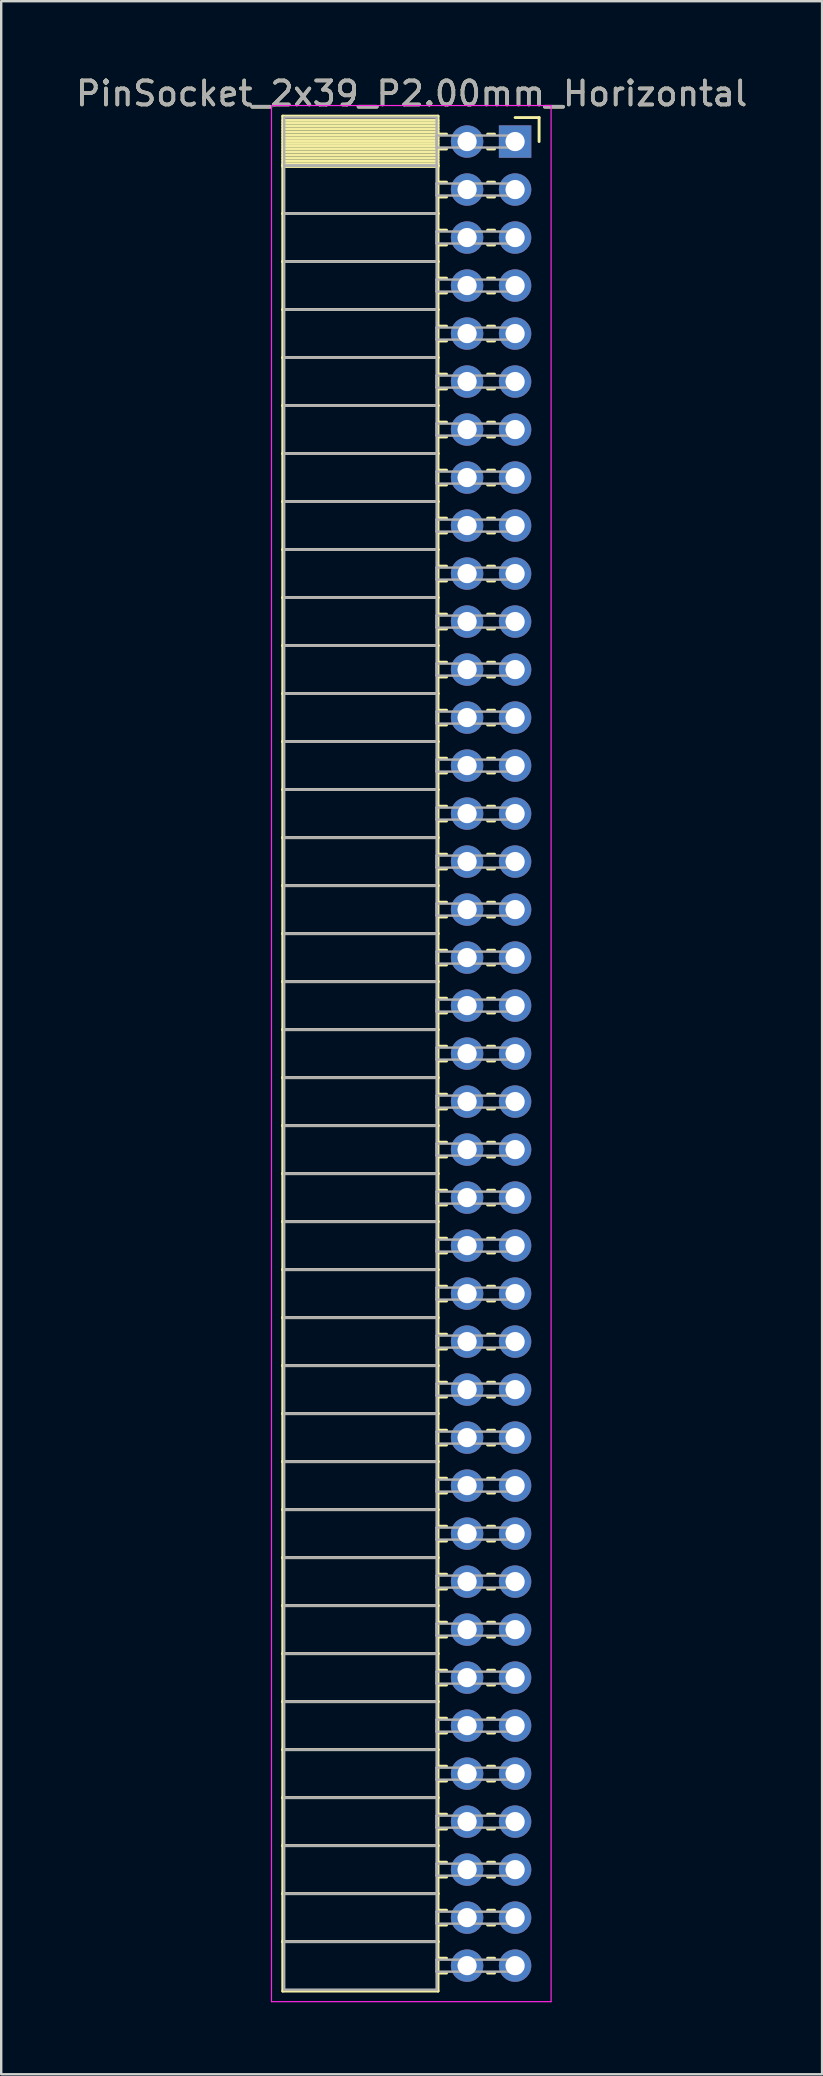
<source format=kicad_pcb>
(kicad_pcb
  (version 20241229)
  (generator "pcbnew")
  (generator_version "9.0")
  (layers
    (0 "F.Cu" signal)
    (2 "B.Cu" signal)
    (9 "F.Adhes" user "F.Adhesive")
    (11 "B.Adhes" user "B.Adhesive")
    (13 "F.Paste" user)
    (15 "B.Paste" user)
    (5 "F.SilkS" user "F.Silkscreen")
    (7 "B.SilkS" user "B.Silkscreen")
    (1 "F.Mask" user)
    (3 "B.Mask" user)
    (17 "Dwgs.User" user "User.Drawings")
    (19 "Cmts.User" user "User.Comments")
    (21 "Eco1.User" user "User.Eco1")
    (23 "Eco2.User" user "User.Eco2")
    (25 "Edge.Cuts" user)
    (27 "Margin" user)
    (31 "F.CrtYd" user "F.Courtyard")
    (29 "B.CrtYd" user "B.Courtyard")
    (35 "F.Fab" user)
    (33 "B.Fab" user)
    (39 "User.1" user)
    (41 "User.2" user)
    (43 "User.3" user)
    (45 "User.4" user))
  (footprint "PinSocket_2x39_P2.00mm_Horizontal"
    (layer "F.Cu")
    (at 18.411 2.848)
    (property "Reference" "PinSocket_2x39_P2.00mm_Horizontal" (at -4.31 -2 0) (layer "F.SilkS") (effects (font (size 1 1) (thickness 0.15))))
    (attr through_hole)
    (fp_line (start -9.68 -1.06) (end -3.21 -1.06) (stroke (width 0.12) (type solid)) (layer "F.SilkS"))
    (fp_line (start -9.68 1) (end -9.68 -1.06) (stroke (width 0.12) (type solid)) (layer "F.SilkS"))
    (fp_line (start -9.68 1) (end -3.21 1) (stroke (width 0.12) (type solid)) (layer "F.SilkS"))
    (fp_line (start -9.68 3) (end -9.68 1) (stroke (width 0.12) (type solid)) (layer "F.SilkS"))
    (fp_line (start -9.68 3) (end -3.21 3) (stroke (width 0.12) (type solid)) (layer "F.SilkS"))
    (fp_line (start -9.68 5) (end -9.68 3) (stroke (width 0.12) (type solid)) (layer "F.SilkS"))
    (fp_line (start -9.68 5) (end -3.21 5) (stroke (width 0.12) (type solid)) (layer "F.SilkS"))
    (fp_line (start -9.68 7) (end -9.68 5) (stroke (width 0.12) (type solid)) (layer "F.SilkS"))
    (fp_line (start -9.68 7) (end -3.21 7) (stroke (width 0.12) (type solid)) (layer "F.SilkS"))
    (fp_line (start -9.68 9) (end -9.68 7) (stroke (width 0.12) (type solid)) (layer "F.SilkS"))
    (fp_line (start -9.68 9) (end -3.21 9) (stroke (width 0.12) (type solid)) (layer "F.SilkS"))
    (fp_line (start -9.68 11) (end -9.68 9) (stroke (width 0.12) (type solid)) (layer "F.SilkS"))
    (fp_line (start -9.68 11) (end -3.21 11) (stroke (width 0.12) (type solid)) (layer "F.SilkS"))
    (fp_line (start -9.68 13) (end -9.68 11) (stroke (width 0.12) (type solid)) (layer "F.SilkS"))
    (fp_line (start -9.68 13) (end -3.21 13) (stroke (width 0.12) (type solid)) (layer "F.SilkS"))
    (fp_line (start -9.68 15) (end -9.68 13) (stroke (width 0.12) (type solid)) (layer "F.SilkS"))
    (fp_line (start -9.68 15) (end -3.21 15) (stroke (width 0.12) (type solid)) (layer "F.SilkS"))
    (fp_line (start -9.68 17) (end -9.68 15) (stroke (width 0.12) (type solid)) (layer "F.SilkS"))
    (fp_line (start -9.68 17) (end -3.21 17) (stroke (width 0.12) (type solid)) (layer "F.SilkS"))
    (fp_line (start -9.68 19) (end -9.68 17) (stroke (width 0.12) (type solid)) (layer "F.SilkS"))
    (fp_line (start -9.68 19) (end -3.21 19) (stroke (width 0.12) (type solid)) (layer "F.SilkS"))
    (fp_line (start -9.68 21) (end -9.68 19) (stroke (width 0.12) (type solid)) (layer "F.SilkS"))
    (fp_line (start -9.68 21) (end -3.21 21) (stroke (width 0.12) (type solid)) (layer "F.SilkS"))
    (fp_line (start -9.68 23) (end -9.68 21) (stroke (width 0.12) (type solid)) (layer "F.SilkS"))
    (fp_line (start -9.68 23) (end -3.21 23) (stroke (width 0.12) (type solid)) (layer "F.SilkS"))
    (fp_line (start -9.68 25) (end -9.68 23) (stroke (width 0.12) (type solid)) (layer "F.SilkS"))
    (fp_line (start -9.68 25) (end -3.21 25) (stroke (width 0.12) (type solid)) (layer "F.SilkS"))
    (fp_line (start -9.68 27) (end -9.68 25) (stroke (width 0.12) (type solid)) (layer "F.SilkS"))
    (fp_line (start -9.68 27) (end -3.21 27) (stroke (width 0.12) (type solid)) (layer "F.SilkS"))
    (fp_line (start -9.68 29) (end -9.68 27) (stroke (width 0.12) (type solid)) (layer "F.SilkS"))
    (fp_line (start -9.68 29) (end -3.21 29) (stroke (width 0.12) (type solid)) (layer "F.SilkS"))
    (fp_line (start -9.68 31) (end -9.68 29) (stroke (width 0.12) (type solid)) (layer "F.SilkS"))
    (fp_line (start -9.68 31) (end -3.21 31) (stroke (width 0.12) (type solid)) (layer "F.SilkS"))
    (fp_line (start -9.68 33) (end -9.68 31) (stroke (width 0.12) (type solid)) (layer "F.SilkS"))
    (fp_line (start -9.68 33) (end -3.21 33) (stroke (width 0.12) (type solid)) (layer "F.SilkS"))
    (fp_line (start -9.68 35) (end -9.68 33) (stroke (width 0.12) (type solid)) (layer "F.SilkS"))
    (fp_line (start -9.68 35) (end -3.21 35) (stroke (width 0.12) (type solid)) (layer "F.SilkS"))
    (fp_line (start -9.68 37) (end -9.68 35) (stroke (width 0.12) (type solid)) (layer "F.SilkS"))
    (fp_line (start -9.68 37) (end -3.21 37) (stroke (width 0.12) (type solid)) (layer "F.SilkS"))
    (fp_line (start -9.68 39) (end -9.68 37) (stroke (width 0.12) (type solid)) (layer "F.SilkS"))
    (fp_line (start -9.68 39) (end -3.21 39) (stroke (width 0.12) (type solid)) (layer "F.SilkS"))
    (fp_line (start -9.68 41) (end -9.68 39) (stroke (width 0.12) (type solid)) (layer "F.SilkS"))
    (fp_line (start -9.68 41) (end -3.21 41) (stroke (width 0.12) (type solid)) (layer "F.SilkS"))
    (fp_line (start -9.68 43) (end -9.68 41) (stroke (width 0.12) (type solid)) (layer "F.SilkS"))
    (fp_line (start -9.68 43) (end -3.21 43) (stroke (width 0.12) (type solid)) (layer "F.SilkS"))
    (fp_line (start -9.68 45) (end -9.68 43) (stroke (width 0.12) (type solid)) (layer "F.SilkS"))
    (fp_line (start -9.68 45) (end -3.21 45) (stroke (width 0.12) (type solid)) (layer "F.SilkS"))
    (fp_line (start -9.68 47) (end -9.68 45) (stroke (width 0.12) (type solid)) (layer "F.SilkS"))
    (fp_line (start -9.68 47) (end -3.21 47) (stroke (width 0.12) (type solid)) (layer "F.SilkS"))
    (fp_line (start -9.68 49) (end -9.68 47) (stroke (width 0.12) (type solid)) (layer "F.SilkS"))
    (fp_line (start -9.68 49) (end -3.21 49) (stroke (width 0.12) (type solid)) (layer "F.SilkS"))
    (fp_line (start -9.68 51) (end -9.68 49) (stroke (width 0.12) (type solid)) (layer "F.SilkS"))
    (fp_line (start -9.68 51) (end -3.21 51) (stroke (width 0.12) (type solid)) (layer "F.SilkS"))
    (fp_line (start -9.68 53) (end -9.68 51) (stroke (width 0.12) (type solid)) (layer "F.SilkS"))
    (fp_line (start -9.68 53) (end -3.21 53) (stroke (width 0.12) (type solid)) (layer "F.SilkS"))
    (fp_line (start -9.68 55) (end -9.68 53) (stroke (width 0.12) (type solid)) (layer "F.SilkS"))
    (fp_line (start -9.68 55) (end -3.21 55) (stroke (width 0.12) (type solid)) (layer "F.SilkS"))
    (fp_line (start -9.68 57) (end -9.68 55) (stroke (width 0.12) (type solid)) (layer "F.SilkS"))
    (fp_line (start -9.68 57) (end -3.21 57) (stroke (width 0.12) (type solid)) (layer "F.SilkS"))
    (fp_line (start -9.68 59) (end -9.68 57) (stroke (width 0.12) (type solid)) (layer "F.SilkS"))
    (fp_line (start -9.68 59) (end -3.21 59) (stroke (width 0.12) (type solid)) (layer "F.SilkS"))
    (fp_line (start -9.68 61) (end -9.68 59) (stroke (width 0.12) (type solid)) (layer "F.SilkS"))
    (fp_line (start -9.68 61) (end -3.21 61) (stroke (width 0.12) (type solid)) (layer "F.SilkS"))
    (fp_line (start -9.68 63) (end -9.68 61) (stroke (width 0.12) (type solid)) (layer "F.SilkS"))
    (fp_line (start -9.68 63) (end -3.21 63) (stroke (width 0.12) (type solid)) (layer "F.SilkS"))
    (fp_line (start -9.68 65) (end -9.68 63) (stroke (width 0.12) (type solid)) (layer "F.SilkS"))
    (fp_line (start -9.68 65) (end -3.21 65) (stroke (width 0.12) (type solid)) (layer "F.SilkS"))
    (fp_line (start -9.68 67) (end -9.68 65) (stroke (width 0.12) (type solid)) (layer "F.SilkS"))
    (fp_line (start -9.68 67) (end -3.21 67) (stroke (width 0.12) (type solid)) (layer "F.SilkS"))
    (fp_line (start -9.68 69) (end -9.68 67) (stroke (width 0.12) (type solid)) (layer "F.SilkS"))
    (fp_line (start -9.68 69) (end -3.21 69) (stroke (width 0.12) (type solid)) (layer "F.SilkS"))
    (fp_line (start -9.68 71) (end -9.68 69) (stroke (width 0.12) (type solid)) (layer "F.SilkS"))
    (fp_line (start -9.68 71) (end -3.21 71) (stroke (width 0.12) (type solid)) (layer "F.SilkS"))
    (fp_line (start -9.68 73) (end -9.68 71) (stroke (width 0.12) (type solid)) (layer "F.SilkS"))
    (fp_line (start -9.68 73) (end -3.21 73) (stroke (width 0.12) (type solid)) (layer "F.SilkS"))
    (fp_line (start -9.68 75) (end -9.68 73) (stroke (width 0.12) (type solid)) (layer "F.SilkS"))
    (fp_line (start -9.68 75) (end -3.21 75) (stroke (width 0.12) (type solid)) (layer "F.SilkS"))
    (fp_line (start -9.68 77.06) (end -9.68 75) (stroke (width 0.12) (type solid)) (layer "F.SilkS"))
    (fp_line (start -3.21 -1.06) (end -3.21 1) (stroke (width 0.12) (type solid)) (layer "F.SilkS"))
    (fp_line (start -3.21 -0.88) (end -9.68 -0.88) (stroke (width 0.12) (type solid)) (layer "F.SilkS"))
    (fp_line (start -3.21 -0.76) (end -9.68 -0.76) (stroke (width 0.12) (type solid)) (layer "F.SilkS"))
    (fp_line (start -3.21 -0.64) (end -9.68 -0.64) (stroke (width 0.12) (type solid)) (layer "F.SilkS"))
    (fp_line (start -3.21 -0.52) (end -9.68 -0.52) (stroke (width 0.12) (type solid)) (layer "F.SilkS"))
    (fp_line (start -3.21 -0.4) (end -9.68 -0.4) (stroke (width 0.12) (type solid)) (layer "F.SilkS"))
    (fp_line (start -3.21 -0.28) (end -9.68 -0.28) (stroke (width 0.12) (type solid)) (layer "F.SilkS"))
    (fp_line (start -3.21 -0.16) (end -9.68 -0.16) (stroke (width 0.12) (type solid)) (layer "F.SilkS"))
    (fp_line (start -3.21 -0.04) (end -9.68 -0.04) (stroke (width 0.12) (type solid)) (layer "F.SilkS"))
    (fp_line (start -3.21 0.08) (end -9.68 0.08) (stroke (width 0.12) (type solid)) (layer "F.SilkS"))
    (fp_line (start -3.21 0.2) (end -9.68 0.2) (stroke (width 0.12) (type solid)) (layer "F.SilkS"))
    (fp_line (start -3.21 0.32) (end -9.68 0.32) (stroke (width 0.12) (type solid)) (layer "F.SilkS"))
    (fp_line (start -3.21 0.44) (end -9.68 0.44) (stroke (width 0.12) (type solid)) (layer "F.SilkS"))
    (fp_line (start -3.21 0.56) (end -9.68 0.56) (stroke (width 0.12) (type solid)) (layer "F.SilkS"))
    (fp_line (start -3.21 0.68) (end -9.68 0.68) (stroke (width 0.12) (type solid)) (layer "F.SilkS"))
    (fp_line (start -3.21 0.8) (end -9.68 0.8) (stroke (width 0.12) (type solid)) (layer "F.SilkS"))
    (fp_line (start -3.21 0.92) (end -9.68 0.92) (stroke (width 0.12) (type solid)) (layer "F.SilkS"))
    (fp_line (start -3.21 1) (end -9.68 1) (stroke (width 0.12) (type solid)) (layer "F.SilkS"))
    (fp_line (start -3.21 1) (end -3.21 3) (stroke (width 0.12) (type solid)) (layer "F.SilkS"))
    (fp_line (start -3.21 1.04) (end -9.68 1.04) (stroke (width 0.12) (type solid)) (layer "F.SilkS"))
    (fp_line (start -3.21 3) (end -9.68 3) (stroke (width 0.12) (type solid)) (layer "F.SilkS"))
    (fp_line (start -3.21 3) (end -3.21 5) (stroke (width 0.12) (type solid)) (layer "F.SilkS"))
    (fp_line (start -3.21 5) (end -9.68 5) (stroke (width 0.12) (type solid)) (layer "F.SilkS"))
    (fp_line (start -3.21 5) (end -3.21 7) (stroke (width 0.12) (type solid)) (layer "F.SilkS"))
    (fp_line (start -3.21 7) (end -9.68 7) (stroke (width 0.12) (type solid)) (layer "F.SilkS"))
    (fp_line (start -3.21 7) (end -3.21 9) (stroke (width 0.12) (type solid)) (layer "F.SilkS"))
    (fp_line (start -3.21 9) (end -9.68 9) (stroke (width 0.12) (type solid)) (layer "F.SilkS"))
    (fp_line (start -3.21 9) (end -3.21 11) (stroke (width 0.12) (type solid)) (layer "F.SilkS"))
    (fp_line (start -3.21 11) (end -9.68 11) (stroke (width 0.12) (type solid)) (layer "F.SilkS"))
    (fp_line (start -3.21 11) (end -3.21 13) (stroke (width 0.12) (type solid)) (layer "F.SilkS"))
    (fp_line (start -3.21 13) (end -9.68 13) (stroke (width 0.12) (type solid)) (layer "F.SilkS"))
    (fp_line (start -3.21 13) (end -3.21 15) (stroke (width 0.12) (type solid)) (layer "F.SilkS"))
    (fp_line (start -3.21 15) (end -9.68 15) (stroke (width 0.12) (type solid)) (layer "F.SilkS"))
    (fp_line (start -3.21 15) (end -3.21 17) (stroke (width 0.12) (type solid)) (layer "F.SilkS"))
    (fp_line (start -3.21 17) (end -9.68 17) (stroke (width 0.12) (type solid)) (layer "F.SilkS"))
    (fp_line (start -3.21 17) (end -3.21 19) (stroke (width 0.12) (type solid)) (layer "F.SilkS"))
    (fp_line (start -3.21 19) (end -9.68 19) (stroke (width 0.12) (type solid)) (layer "F.SilkS"))
    (fp_line (start -3.21 19) (end -3.21 21) (stroke (width 0.12) (type solid)) (layer "F.SilkS"))
    (fp_line (start -3.21 21) (end -9.68 21) (stroke (width 0.12) (type solid)) (layer "F.SilkS"))
    (fp_line (start -3.21 21) (end -3.21 23) (stroke (width 0.12) (type solid)) (layer "F.SilkS"))
    (fp_line (start -3.21 23) (end -9.68 23) (stroke (width 0.12) (type solid)) (layer "F.SilkS"))
    (fp_line (start -3.21 23) (end -3.21 25) (stroke (width 0.12) (type solid)) (layer "F.SilkS"))
    (fp_line (start -3.21 25) (end -9.68 25) (stroke (width 0.12) (type solid)) (layer "F.SilkS"))
    (fp_line (start -3.21 25) (end -3.21 27) (stroke (width 0.12) (type solid)) (layer "F.SilkS"))
    (fp_line (start -3.21 27) (end -9.68 27) (stroke (width 0.12) (type solid)) (layer "F.SilkS"))
    (fp_line (start -3.21 27) (end -3.21 29) (stroke (width 0.12) (type solid)) (layer "F.SilkS"))
    (fp_line (start -3.21 29) (end -9.68 29) (stroke (width 0.12) (type solid)) (layer "F.SilkS"))
    (fp_line (start -3.21 29) (end -3.21 31) (stroke (width 0.12) (type solid)) (layer "F.SilkS"))
    (fp_line (start -3.21 31) (end -9.68 31) (stroke (width 0.12) (type solid)) (layer "F.SilkS"))
    (fp_line (start -3.21 31) (end -3.21 33) (stroke (width 0.12) (type solid)) (layer "F.SilkS"))
    (fp_line (start -3.21 33) (end -9.68 33) (stroke (width 0.12) (type solid)) (layer "F.SilkS"))
    (fp_line (start -3.21 33) (end -3.21 35) (stroke (width 0.12) (type solid)) (layer "F.SilkS"))
    (fp_line (start -3.21 35) (end -9.68 35) (stroke (width 0.12) (type solid)) (layer "F.SilkS"))
    (fp_line (start -3.21 35) (end -3.21 37) (stroke (width 0.12) (type solid)) (layer "F.SilkS"))
    (fp_line (start -3.21 37) (end -9.68 37) (stroke (width 0.12) (type solid)) (layer "F.SilkS"))
    (fp_line (start -3.21 37) (end -3.21 39) (stroke (width 0.12) (type solid)) (layer "F.SilkS"))
    (fp_line (start -3.21 39) (end -9.68 39) (stroke (width 0.12) (type solid)) (layer "F.SilkS"))
    (fp_line (start -3.21 39) (end -3.21 41) (stroke (width 0.12) (type solid)) (layer "F.SilkS"))
    (fp_line (start -3.21 41) (end -9.68 41) (stroke (width 0.12) (type solid)) (layer "F.SilkS"))
    (fp_line (start -3.21 41) (end -3.21 43) (stroke (width 0.12) (type solid)) (layer "F.SilkS"))
    (fp_line (start -3.21 43) (end -9.68 43) (stroke (width 0.12) (type solid)) (layer "F.SilkS"))
    (fp_line (start -3.21 43) (end -3.21 45) (stroke (width 0.12) (type solid)) (layer "F.SilkS"))
    (fp_line (start -3.21 45) (end -9.68 45) (stroke (width 0.12) (type solid)) (layer "F.SilkS"))
    (fp_line (start -3.21 45) (end -3.21 47) (stroke (width 0.12) (type solid)) (layer "F.SilkS"))
    (fp_line (start -3.21 47) (end -9.68 47) (stroke (width 0.12) (type solid)) (layer "F.SilkS"))
    (fp_line (start -3.21 47) (end -3.21 49) (stroke (width 0.12) (type solid)) (layer "F.SilkS"))
    (fp_line (start -3.21 49) (end -9.68 49) (stroke (width 0.12) (type solid)) (layer "F.SilkS"))
    (fp_line (start -3.21 49) (end -3.21 51) (stroke (width 0.12) (type solid)) (layer "F.SilkS"))
    (fp_line (start -3.21 51) (end -9.68 51) (stroke (width 0.12) (type solid)) (layer "F.SilkS"))
    (fp_line (start -3.21 51) (end -3.21 53) (stroke (width 0.12) (type solid)) (layer "F.SilkS"))
    (fp_line (start -3.21 53) (end -9.68 53) (stroke (width 0.12) (type solid)) (layer "F.SilkS"))
    (fp_line (start -3.21 53) (end -3.21 55) (stroke (width 0.12) (type solid)) (layer "F.SilkS"))
    (fp_line (start -3.21 55) (end -9.68 55) (stroke (width 0.12) (type solid)) (layer "F.SilkS"))
    (fp_line (start -3.21 55) (end -3.21 57) (stroke (width 0.12) (type solid)) (layer "F.SilkS"))
    (fp_line (start -3.21 57) (end -9.68 57) (stroke (width 0.12) (type solid)) (layer "F.SilkS"))
    (fp_line (start -3.21 57) (end -3.21 59) (stroke (width 0.12) (type solid)) (layer "F.SilkS"))
    (fp_line (start -3.21 59) (end -9.68 59) (stroke (width 0.12) (type solid)) (layer "F.SilkS"))
    (fp_line (start -3.21 59) (end -3.21 61) (stroke (width 0.12) (type solid)) (layer "F.SilkS"))
    (fp_line (start -3.21 61) (end -9.68 61) (stroke (width 0.12) (type solid)) (layer "F.SilkS"))
    (fp_line (start -3.21 61) (end -3.21 63) (stroke (width 0.12) (type solid)) (layer "F.SilkS"))
    (fp_line (start -3.21 63) (end -9.68 63) (stroke (width 0.12) (type solid)) (layer "F.SilkS"))
    (fp_line (start -3.21 63) (end -3.21 65) (stroke (width 0.12) (type solid)) (layer "F.SilkS"))
    (fp_line (start -3.21 65) (end -9.68 65) (stroke (width 0.12) (type solid)) (layer "F.SilkS"))
    (fp_line (start -3.21 65) (end -3.21 67) (stroke (width 0.12) (type solid)) (layer "F.SilkS"))
    (fp_line (start -3.21 67) (end -9.68 67) (stroke (width 0.12) (type solid)) (layer "F.SilkS"))
    (fp_line (start -3.21 67) (end -3.21 69) (stroke (width 0.12) (type solid)) (layer "F.SilkS"))
    (fp_line (start -3.21 69) (end -9.68 69) (stroke (width 0.12) (type solid)) (layer "F.SilkS"))
    (fp_line (start -3.21 69) (end -3.21 71) (stroke (width 0.12) (type solid)) (layer "F.SilkS"))
    (fp_line (start -3.21 71) (end -9.68 71) (stroke (width 0.12) (type solid)) (layer "F.SilkS"))
    (fp_line (start -3.21 71) (end -3.21 73) (stroke (width 0.12) (type solid)) (layer "F.SilkS"))
    (fp_line (start -3.21 73) (end -9.68 73) (stroke (width 0.12) (type solid)) (layer "F.SilkS"))
    (fp_line (start -3.21 73) (end -3.21 75) (stroke (width 0.12) (type solid)) (layer "F.SilkS"))
    (fp_line (start -3.21 75) (end -9.68 75) (stroke (width 0.12) (type solid)) (layer "F.SilkS"))
    (fp_line (start -3.21 75) (end -3.21 77.06) (stroke (width 0.12) (type solid)) (layer "F.SilkS"))
    (fp_line (start -3.21 77.06) (end -9.68 77.06) (stroke (width 0.12) (type solid)) (layer "F.SilkS"))
    (fp_line (start -2.855 -0.31) (end -3.21 -0.31) (stroke (width 0.12) (type solid)) (layer "F.SilkS"))
    (fp_line (start -2.855 0.31) (end -3.21 0.31) (stroke (width 0.12) (type solid)) (layer "F.SilkS"))
    (fp_line (start -2.855 1.69) (end -3.21 1.69) (stroke (width 0.12) (type solid)) (layer "F.SilkS"))
    (fp_line (start -2.855 2.31) (end -3.21 2.31) (stroke (width 0.12) (type solid)) (layer "F.SilkS"))
    (fp_line (start -2.855 3.69) (end -3.21 3.69) (stroke (width 0.12) (type solid)) (layer "F.SilkS"))
    (fp_line (start -2.855 4.31) (end -3.21 4.31) (stroke (width 0.12) (type solid)) (layer "F.SilkS"))
    (fp_line (start -2.855 5.69) (end -3.21 5.69) (stroke (width 0.12) (type solid)) (layer "F.SilkS"))
    (fp_line (start -2.855 6.31) (end -3.21 6.31) (stroke (width 0.12) (type solid)) (layer "F.SilkS"))
    (fp_line (start -2.855 7.69) (end -3.21 7.69) (stroke (width 0.12) (type solid)) (layer "F.SilkS"))
    (fp_line (start -2.855 8.31) (end -3.21 8.31) (stroke (width 0.12) (type solid)) (layer "F.SilkS"))
    (fp_line (start -2.855 9.69) (end -3.21 9.69) (stroke (width 0.12) (type solid)) (layer "F.SilkS"))
    (fp_line (start -2.855 10.31) (end -3.21 10.31) (stroke (width 0.12) (type solid)) (layer "F.SilkS"))
    (fp_line (start -2.855 11.69) (end -3.21 11.69) (stroke (width 0.12) (type solid)) (layer "F.SilkS"))
    (fp_line (start -2.855 12.31) (end -3.21 12.31) (stroke (width 0.12) (type solid)) (layer "F.SilkS"))
    (fp_line (start -2.855 13.69) (end -3.21 13.69) (stroke (width 0.12) (type solid)) (layer "F.SilkS"))
    (fp_line (start -2.855 14.31) (end -3.21 14.31) (stroke (width 0.12) (type solid)) (layer "F.SilkS"))
    (fp_line (start -2.855 15.69) (end -3.21 15.69) (stroke (width 0.12) (type solid)) (layer "F.SilkS"))
    (fp_line (start -2.855 16.31) (end -3.21 16.31) (stroke (width 0.12) (type solid)) (layer "F.SilkS"))
    (fp_line (start -2.855 17.69) (end -3.21 17.69) (stroke (width 0.12) (type solid)) (layer "F.SilkS"))
    (fp_line (start -2.855 18.31) (end -3.21 18.31) (stroke (width 0.12) (type solid)) (layer "F.SilkS"))
    (fp_line (start -2.855 19.69) (end -3.21 19.69) (stroke (width 0.12) (type solid)) (layer "F.SilkS"))
    (fp_line (start -2.855 20.31) (end -3.21 20.31) (stroke (width 0.12) (type solid)) (layer "F.SilkS"))
    (fp_line (start -2.855 21.69) (end -3.21 21.69) (stroke (width 0.12) (type solid)) (layer "F.SilkS"))
    (fp_line (start -2.855 22.31) (end -3.21 22.31) (stroke (width 0.12) (type solid)) (layer "F.SilkS"))
    (fp_line (start -2.855 23.69) (end -3.21 23.69) (stroke (width 0.12) (type solid)) (layer "F.SilkS"))
    (fp_line (start -2.855 24.31) (end -3.21 24.31) (stroke (width 0.12) (type solid)) (layer "F.SilkS"))
    (fp_line (start -2.855 25.69) (end -3.21 25.69) (stroke (width 0.12) (type solid)) (layer "F.SilkS"))
    (fp_line (start -2.855 26.31) (end -3.21 26.31) (stroke (width 0.12) (type solid)) (layer "F.SilkS"))
    (fp_line (start -2.855 27.69) (end -3.21 27.69) (stroke (width 0.12) (type solid)) (layer "F.SilkS"))
    (fp_line (start -2.855 28.31) (end -3.21 28.31) (stroke (width 0.12) (type solid)) (layer "F.SilkS"))
    (fp_line (start -2.855 29.69) (end -3.21 29.69) (stroke (width 0.12) (type solid)) (layer "F.SilkS"))
    (fp_line (start -2.855 30.31) (end -3.21 30.31) (stroke (width 0.12) (type solid)) (layer "F.SilkS"))
    (fp_line (start -2.855 31.69) (end -3.21 31.69) (stroke (width 0.12) (type solid)) (layer "F.SilkS"))
    (fp_line (start -2.855 32.31) (end -3.21 32.31) (stroke (width 0.12) (type solid)) (layer "F.SilkS"))
    (fp_line (start -2.855 33.69) (end -3.21 33.69) (stroke (width 0.12) (type solid)) (layer "F.SilkS"))
    (fp_line (start -2.855 34.31) (end -3.21 34.31) (stroke (width 0.12) (type solid)) (layer "F.SilkS"))
    (fp_line (start -2.855 35.69) (end -3.21 35.69) (stroke (width 0.12) (type solid)) (layer "F.SilkS"))
    (fp_line (start -2.855 36.31) (end -3.21 36.31) (stroke (width 0.12) (type solid)) (layer "F.SilkS"))
    (fp_line (start -2.855 37.69) (end -3.21 37.69) (stroke (width 0.12) (type solid)) (layer "F.SilkS"))
    (fp_line (start -2.855 38.31) (end -3.21 38.31) (stroke (width 0.12) (type solid)) (layer "F.SilkS"))
    (fp_line (start -2.855 39.69) (end -3.21 39.69) (stroke (width 0.12) (type solid)) (layer "F.SilkS"))
    (fp_line (start -2.855 40.31) (end -3.21 40.31) (stroke (width 0.12) (type solid)) (layer "F.SilkS"))
    (fp_line (start -2.855 41.69) (end -3.21 41.69) (stroke (width 0.12) (type solid)) (layer "F.SilkS"))
    (fp_line (start -2.855 42.31) (end -3.21 42.31) (stroke (width 0.12) (type solid)) (layer "F.SilkS"))
    (fp_line (start -2.855 43.69) (end -3.21 43.69) (stroke (width 0.12) (type solid)) (layer "F.SilkS"))
    (fp_line (start -2.855 44.31) (end -3.21 44.31) (stroke (width 0.12) (type solid)) (layer "F.SilkS"))
    (fp_line (start -2.855 45.69) (end -3.21 45.69) (stroke (width 0.12) (type solid)) (layer "F.SilkS"))
    (fp_line (start -2.855 46.31) (end -3.21 46.31) (stroke (width 0.12) (type solid)) (layer "F.SilkS"))
    (fp_line (start -2.855 47.69) (end -3.21 47.69) (stroke (width 0.12) (type solid)) (layer "F.SilkS"))
    (fp_line (start -2.855 48.31) (end -3.21 48.31) (stroke (width 0.12) (type solid)) (layer "F.SilkS"))
    (fp_line (start -2.855 49.69) (end -3.21 49.69) (stroke (width 0.12) (type solid)) (layer "F.SilkS"))
    (fp_line (start -2.855 50.31) (end -3.21 50.31) (stroke (width 0.12) (type solid)) (layer "F.SilkS"))
    (fp_line (start -2.855 51.69) (end -3.21 51.69) (stroke (width 0.12) (type solid)) (layer "F.SilkS"))
    (fp_line (start -2.855 52.31) (end -3.21 52.31) (stroke (width 0.12) (type solid)) (layer "F.SilkS"))
    (fp_line (start -2.855 53.69) (end -3.21 53.69) (stroke (width 0.12) (type solid)) (layer "F.SilkS"))
    (fp_line (start -2.855 54.31) (end -3.21 54.31) (stroke (width 0.12) (type solid)) (layer "F.SilkS"))
    (fp_line (start -2.855 55.69) (end -3.21 55.69) (stroke (width 0.12) (type solid)) (layer "F.SilkS"))
    (fp_line (start -2.855 56.31) (end -3.21 56.31) (stroke (width 0.12) (type solid)) (layer "F.SilkS"))
    (fp_line (start -2.855 57.69) (end -3.21 57.69) (stroke (width 0.12) (type solid)) (layer "F.SilkS"))
    (fp_line (start -2.855 58.31) (end -3.21 58.31) (stroke (width 0.12) (type solid)) (layer "F.SilkS"))
    (fp_line (start -2.855 59.69) (end -3.21 59.69) (stroke (width 0.12) (type solid)) (layer "F.SilkS"))
    (fp_line (start -2.855 60.31) (end -3.21 60.31) (stroke (width 0.12) (type solid)) (layer "F.SilkS"))
    (fp_line (start -2.855 61.69) (end -3.21 61.69) (stroke (width 0.12) (type solid)) (layer "F.SilkS"))
    (fp_line (start -2.855 62.31) (end -3.21 62.31) (stroke (width 0.12) (type solid)) (layer "F.SilkS"))
    (fp_line (start -2.855 63.69) (end -3.21 63.69) (stroke (width 0.12) (type solid)) (layer "F.SilkS"))
    (fp_line (start -2.855 64.31) (end -3.21 64.31) (stroke (width 0.12) (type solid)) (layer "F.SilkS"))
    (fp_line (start -2.855 65.69) (end -3.21 65.69) (stroke (width 0.12) (type solid)) (layer "F.SilkS"))
    (fp_line (start -2.855 66.31) (end -3.21 66.31) (stroke (width 0.12) (type solid)) (layer "F.SilkS"))
    (fp_line (start -2.855 67.69) (end -3.21 67.69) (stroke (width 0.12) (type solid)) (layer "F.SilkS"))
    (fp_line (start -2.855 68.31) (end -3.21 68.31) (stroke (width 0.12) (type solid)) (layer "F.SilkS"))
    (fp_line (start -2.855 69.69) (end -3.21 69.69) (stroke (width 0.12) (type solid)) (layer "F.SilkS"))
    (fp_line (start -2.855 70.31) (end -3.21 70.31) (stroke (width 0.12) (type solid)) (layer "F.SilkS"))
    (fp_line (start -2.855 71.69) (end -3.21 71.69) (stroke (width 0.12) (type solid)) (layer "F.SilkS"))
    (fp_line (start -2.855 72.31) (end -3.21 72.31) (stroke (width 0.12) (type solid)) (layer "F.SilkS"))
    (fp_line (start -2.855 73.69) (end -3.21 73.69) (stroke (width 0.12) (type solid)) (layer "F.SilkS"))
    (fp_line (start -2.855 74.31) (end -3.21 74.31) (stroke (width 0.12) (type solid)) (layer "F.SilkS"))
    (fp_line (start -2.855 75.69) (end -3.21 75.69) (stroke (width 0.12) (type solid)) (layer "F.SilkS"))
    (fp_line (start -2.855 76.31) (end -3.21 76.31) (stroke (width 0.12) (type solid)) (layer "F.SilkS"))
    (fp_line (start -0.855 -0.31) (end -1.145 -0.31) (stroke (width 0.12) (type solid)) (layer "F.SilkS"))
    (fp_line (start -0.855 0.31) (end -1.145 0.31) (stroke (width 0.12) (type solid)) (layer "F.SilkS"))
    (fp_line (start -0.855 1.69) (end -1.145 1.69) (stroke (width 0.12) (type solid)) (layer "F.SilkS"))
    (fp_line (start -0.855 2.31) (end -1.145 2.31) (stroke (width 0.12) (type solid)) (layer "F.SilkS"))
    (fp_line (start -0.855 3.69) (end -1.145 3.69) (stroke (width 0.12) (type solid)) (layer "F.SilkS"))
    (fp_line (start -0.855 4.31) (end -1.145 4.31) (stroke (width 0.12) (type solid)) (layer "F.SilkS"))
    (fp_line (start -0.855 5.69) (end -1.145 5.69) (stroke (width 0.12) (type solid)) (layer "F.SilkS"))
    (fp_line (start -0.855 6.31) (end -1.145 6.31) (stroke (width 0.12) (type solid)) (layer "F.SilkS"))
    (fp_line (start -0.855 7.69) (end -1.145 7.69) (stroke (width 0.12) (type solid)) (layer "F.SilkS"))
    (fp_line (start -0.855 8.31) (end -1.145 8.31) (stroke (width 0.12) (type solid)) (layer "F.SilkS"))
    (fp_line (start -0.855 9.69) (end -1.145 9.69) (stroke (width 0.12) (type solid)) (layer "F.SilkS"))
    (fp_line (start -0.855 10.31) (end -1.145 10.31) (stroke (width 0.12) (type solid)) (layer "F.SilkS"))
    (fp_line (start -0.855 11.69) (end -1.145 11.69) (stroke (width 0.12) (type solid)) (layer "F.SilkS"))
    (fp_line (start -0.855 12.31) (end -1.145 12.31) (stroke (width 0.12) (type solid)) (layer "F.SilkS"))
    (fp_line (start -0.855 13.69) (end -1.145 13.69) (stroke (width 0.12) (type solid)) (layer "F.SilkS"))
    (fp_line (start -0.855 14.31) (end -1.145 14.31) (stroke (width 0.12) (type solid)) (layer "F.SilkS"))
    (fp_line (start -0.855 15.69) (end -1.145 15.69) (stroke (width 0.12) (type solid)) (layer "F.SilkS"))
    (fp_line (start -0.855 16.31) (end -1.145 16.31) (stroke (width 0.12) (type solid)) (layer "F.SilkS"))
    (fp_line (start -0.855 17.69) (end -1.145 17.69) (stroke (width 0.12) (type solid)) (layer "F.SilkS"))
    (fp_line (start -0.855 18.31) (end -1.145 18.31) (stroke (width 0.12) (type solid)) (layer "F.SilkS"))
    (fp_line (start -0.855 19.69) (end -1.145 19.69) (stroke (width 0.12) (type solid)) (layer "F.SilkS"))
    (fp_line (start -0.855 20.31) (end -1.145 20.31) (stroke (width 0.12) (type solid)) (layer "F.SilkS"))
    (fp_line (start -0.855 21.69) (end -1.145 21.69) (stroke (width 0.12) (type solid)) (layer "F.SilkS"))
    (fp_line (start -0.855 22.31) (end -1.145 22.31) (stroke (width 0.12) (type solid)) (layer "F.SilkS"))
    (fp_line (start -0.855 23.69) (end -1.145 23.69) (stroke (width 0.12) (type solid)) (layer "F.SilkS"))
    (fp_line (start -0.855 24.31) (end -1.145 24.31) (stroke (width 0.12) (type solid)) (layer "F.SilkS"))
    (fp_line (start -0.855 25.69) (end -1.145 25.69) (stroke (width 0.12) (type solid)) (layer "F.SilkS"))
    (fp_line (start -0.855 26.31) (end -1.145 26.31) (stroke (width 0.12) (type solid)) (layer "F.SilkS"))
    (fp_line (start -0.855 27.69) (end -1.145 27.69) (stroke (width 0.12) (type solid)) (layer "F.SilkS"))
    (fp_line (start -0.855 28.31) (end -1.145 28.31) (stroke (width 0.12) (type solid)) (layer "F.SilkS"))
    (fp_line (start -0.855 29.69) (end -1.145 29.69) (stroke (width 0.12) (type solid)) (layer "F.SilkS"))
    (fp_line (start -0.855 30.31) (end -1.145 30.31) (stroke (width 0.12) (type solid)) (layer "F.SilkS"))
    (fp_line (start -0.855 31.69) (end -1.145 31.69) (stroke (width 0.12) (type solid)) (layer "F.SilkS"))
    (fp_line (start -0.855 32.31) (end -1.145 32.31) (stroke (width 0.12) (type solid)) (layer "F.SilkS"))
    (fp_line (start -0.855 33.69) (end -1.145 33.69) (stroke (width 0.12) (type solid)) (layer "F.SilkS"))
    (fp_line (start -0.855 34.31) (end -1.145 34.31) (stroke (width 0.12) (type solid)) (layer "F.SilkS"))
    (fp_line (start -0.855 35.69) (end -1.145 35.69) (stroke (width 0.12) (type solid)) (layer "F.SilkS"))
    (fp_line (start -0.855 36.31) (end -1.145 36.31) (stroke (width 0.12) (type solid)) (layer "F.SilkS"))
    (fp_line (start -0.855 37.69) (end -1.145 37.69) (stroke (width 0.12) (type solid)) (layer "F.SilkS"))
    (fp_line (start -0.855 38.31) (end -1.145 38.31) (stroke (width 0.12) (type solid)) (layer "F.SilkS"))
    (fp_line (start -0.855 39.69) (end -1.145 39.69) (stroke (width 0.12) (type solid)) (layer "F.SilkS"))
    (fp_line (start -0.855 40.31) (end -1.145 40.31) (stroke (width 0.12) (type solid)) (layer "F.SilkS"))
    (fp_line (start -0.855 41.69) (end -1.145 41.69) (stroke (width 0.12) (type solid)) (layer "F.SilkS"))
    (fp_line (start -0.855 42.31) (end -1.145 42.31) (stroke (width 0.12) (type solid)) (layer "F.SilkS"))
    (fp_line (start -0.855 43.69) (end -1.145 43.69) (stroke (width 0.12) (type solid)) (layer "F.SilkS"))
    (fp_line (start -0.855 44.31) (end -1.145 44.31) (stroke (width 0.12) (type solid)) (layer "F.SilkS"))
    (fp_line (start -0.855 45.69) (end -1.145 45.69) (stroke (width 0.12) (type solid)) (layer "F.SilkS"))
    (fp_line (start -0.855 46.31) (end -1.145 46.31) (stroke (width 0.12) (type solid)) (layer "F.SilkS"))
    (fp_line (start -0.855 47.69) (end -1.145 47.69) (stroke (width 0.12) (type solid)) (layer "F.SilkS"))
    (fp_line (start -0.855 48.31) (end -1.145 48.31) (stroke (width 0.12) (type solid)) (layer "F.SilkS"))
    (fp_line (start -0.855 49.69) (end -1.145 49.69) (stroke (width 0.12) (type solid)) (layer "F.SilkS"))
    (fp_line (start -0.855 50.31) (end -1.145 50.31) (stroke (width 0.12) (type solid)) (layer "F.SilkS"))
    (fp_line (start -0.855 51.69) (end -1.145 51.69) (stroke (width 0.12) (type solid)) (layer "F.SilkS"))
    (fp_line (start -0.855 52.31) (end -1.145 52.31) (stroke (width 0.12) (type solid)) (layer "F.SilkS"))
    (fp_line (start -0.855 53.69) (end -1.145 53.69) (stroke (width 0.12) (type solid)) (layer "F.SilkS"))
    (fp_line (start -0.855 54.31) (end -1.145 54.31) (stroke (width 0.12) (type solid)) (layer "F.SilkS"))
    (fp_line (start -0.855 55.69) (end -1.145 55.69) (stroke (width 0.12) (type solid)) (layer "F.SilkS"))
    (fp_line (start -0.855 56.31) (end -1.145 56.31) (stroke (width 0.12) (type solid)) (layer "F.SilkS"))
    (fp_line (start -0.855 57.69) (end -1.145 57.69) (stroke (width 0.12) (type solid)) (layer "F.SilkS"))
    (fp_line (start -0.855 58.31) (end -1.145 58.31) (stroke (width 0.12) (type solid)) (layer "F.SilkS"))
    (fp_line (start -0.855 59.69) (end -1.145 59.69) (stroke (width 0.12) (type solid)) (layer "F.SilkS"))
    (fp_line (start -0.855 60.31) (end -1.145 60.31) (stroke (width 0.12) (type solid)) (layer "F.SilkS"))
    (fp_line (start -0.855 61.69) (end -1.145 61.69) (stroke (width 0.12) (type solid)) (layer "F.SilkS"))
    (fp_line (start -0.855 62.31) (end -1.145 62.31) (stroke (width 0.12) (type solid)) (layer "F.SilkS"))
    (fp_line (start -0.855 63.69) (end -1.145 63.69) (stroke (width 0.12) (type solid)) (layer "F.SilkS"))
    (fp_line (start -0.855 64.31) (end -1.145 64.31) (stroke (width 0.12) (type solid)) (layer "F.SilkS"))
    (fp_line (start -0.855 65.69) (end -1.145 65.69) (stroke (width 0.12) (type solid)) (layer "F.SilkS"))
    (fp_line (start -0.855 66.31) (end -1.145 66.31) (stroke (width 0.12) (type solid)) (layer "F.SilkS"))
    (fp_line (start -0.855 67.69) (end -1.145 67.69) (stroke (width 0.12) (type solid)) (layer "F.SilkS"))
    (fp_line (start -0.855 68.31) (end -1.145 68.31) (stroke (width 0.12) (type solid)) (layer "F.SilkS"))
    (fp_line (start -0.855 69.69) (end -1.145 69.69) (stroke (width 0.12) (type solid)) (layer "F.SilkS"))
    (fp_line (start -0.855 70.31) (end -1.145 70.31) (stroke (width 0.12) (type solid)) (layer "F.SilkS"))
    (fp_line (start -0.855 71.69) (end -1.145 71.69) (stroke (width 0.12) (type solid)) (layer "F.SilkS"))
    (fp_line (start -0.855 72.31) (end -1.145 72.31) (stroke (width 0.12) (type solid)) (layer "F.SilkS"))
    (fp_line (start -0.855 73.69) (end -1.145 73.69) (stroke (width 0.12) (type solid)) (layer "F.SilkS"))
    (fp_line (start -0.855 74.31) (end -1.145 74.31) (stroke (width 0.12) (type solid)) (layer "F.SilkS"))
    (fp_line (start -0.855 75.69) (end -1.145 75.69) (stroke (width 0.12) (type solid)) (layer "F.SilkS"))
    (fp_line (start -0.855 76.31) (end -1.145 76.31) (stroke (width 0.12) (type solid)) (layer "F.SilkS"))
    (fp_line (start 0 -1) (end 1 -1) (stroke (width 0.12) (type solid)) (layer "F.SilkS"))
    (fp_line (start 1 -1) (end 1 0) (stroke (width 0.12) (type solid)) (layer "F.SilkS"))
    (fp_line (start -10.15 -1.5) (end 1.5 -1.5) (stroke (width 0.05) (type solid)) (layer "F.CrtYd"))
    (fp_line (start -10.15 77.5) (end -10.15 -1.5) (stroke (width 0.05) (type solid)) (layer "F.CrtYd"))
    (fp_line (start 1.5 -1.5) (end 1.5 77.5) (stroke (width 0.05) (type solid)) (layer "F.CrtYd"))
    (fp_line (start 1.5 77.5) (end -10.15 77.5) (stroke (width 0.05) (type solid)) (layer "F.CrtYd"))
    (fp_line (start -9.62 -1) (end -3.27 -1) (stroke (width 0.1) (type solid)) (layer "F.Fab"))
    (fp_line (start -9.62 1) (end -9.62 -1) (stroke (width 0.1) (type solid)) (layer "F.Fab"))
    (fp_line (start -9.62 1) (end -3.27 1) (stroke (width 0.1) (type solid)) (layer "F.Fab"))
    (fp_line (start -9.62 3) (end -9.62 1) (stroke (width 0.1) (type solid)) (layer "F.Fab"))
    (fp_line (start -9.62 3) (end -3.27 3) (stroke (width 0.1) (type solid)) (layer "F.Fab"))
    (fp_line (start -9.62 5) (end -9.62 3) (stroke (width 0.1) (type solid)) (layer "F.Fab"))
    (fp_line (start -9.62 5) (end -3.27 5) (stroke (width 0.1) (type solid)) (layer "F.Fab"))
    (fp_line (start -9.62 7) (end -9.62 5) (stroke (width 0.1) (type solid)) (layer "F.Fab"))
    (fp_line (start -9.62 7) (end -3.27 7) (stroke (width 0.1) (type solid)) (layer "F.Fab"))
    (fp_line (start -9.62 9) (end -9.62 7) (stroke (width 0.1) (type solid)) (layer "F.Fab"))
    (fp_line (start -9.62 9) (end -3.27 9) (stroke (width 0.1) (type solid)) (layer "F.Fab"))
    (fp_line (start -9.62 11) (end -9.62 9) (stroke (width 0.1) (type solid)) (layer "F.Fab"))
    (fp_line (start -9.62 11) (end -3.27 11) (stroke (width 0.1) (type solid)) (layer "F.Fab"))
    (fp_line (start -9.62 13) (end -9.62 11) (stroke (width 0.1) (type solid)) (layer "F.Fab"))
    (fp_line (start -9.62 13) (end -3.27 13) (stroke (width 0.1) (type solid)) (layer "F.Fab"))
    (fp_line (start -9.62 15) (end -9.62 13) (stroke (width 0.1) (type solid)) (layer "F.Fab"))
    (fp_line (start -9.62 15) (end -3.27 15) (stroke (width 0.1) (type solid)) (layer "F.Fab"))
    (fp_line (start -9.62 17) (end -9.62 15) (stroke (width 0.1) (type solid)) (layer "F.Fab"))
    (fp_line (start -9.62 17) (end -3.27 17) (stroke (width 0.1) (type solid)) (layer "F.Fab"))
    (fp_line (start -9.62 19) (end -9.62 17) (stroke (width 0.1) (type solid)) (layer "F.Fab"))
    (fp_line (start -9.62 19) (end -3.27 19) (stroke (width 0.1) (type solid)) (layer "F.Fab"))
    (fp_line (start -9.62 21) (end -9.62 19) (stroke (width 0.1) (type solid)) (layer "F.Fab"))
    (fp_line (start -9.62 21) (end -3.27 21) (stroke (width 0.1) (type solid)) (layer "F.Fab"))
    (fp_line (start -9.62 23) (end -9.62 21) (stroke (width 0.1) (type solid)) (layer "F.Fab"))
    (fp_line (start -9.62 23) (end -3.27 23) (stroke (width 0.1) (type solid)) (layer "F.Fab"))
    (fp_line (start -9.62 25) (end -9.62 23) (stroke (width 0.1) (type solid)) (layer "F.Fab"))
    (fp_line (start -9.62 25) (end -3.27 25) (stroke (width 0.1) (type solid)) (layer "F.Fab"))
    (fp_line (start -9.62 27) (end -9.62 25) (stroke (width 0.1) (type solid)) (layer "F.Fab"))
    (fp_line (start -9.62 27) (end -3.27 27) (stroke (width 0.1) (type solid)) (layer "F.Fab"))
    (fp_line (start -9.62 29) (end -9.62 27) (stroke (width 0.1) (type solid)) (layer "F.Fab"))
    (fp_line (start -9.62 29) (end -3.27 29) (stroke (width 0.1) (type solid)) (layer "F.Fab"))
    (fp_line (start -9.62 31) (end -9.62 29) (stroke (width 0.1) (type solid)) (layer "F.Fab"))
    (fp_line (start -9.62 31) (end -3.27 31) (stroke (width 0.1) (type solid)) (layer "F.Fab"))
    (fp_line (start -9.62 33) (end -9.62 31) (stroke (width 0.1) (type solid)) (layer "F.Fab"))
    (fp_line (start -9.62 33) (end -3.27 33) (stroke (width 0.1) (type solid)) (layer "F.Fab"))
    (fp_line (start -9.62 35) (end -9.62 33) (stroke (width 0.1) (type solid)) (layer "F.Fab"))
    (fp_line (start -9.62 35) (end -3.27 35) (stroke (width 0.1) (type solid)) (layer "F.Fab"))
    (fp_line (start -9.62 37) (end -9.62 35) (stroke (width 0.1) (type solid)) (layer "F.Fab"))
    (fp_line (start -9.62 37) (end -3.27 37) (stroke (width 0.1) (type solid)) (layer "F.Fab"))
    (fp_line (start -9.62 39) (end -9.62 37) (stroke (width 0.1) (type solid)) (layer "F.Fab"))
    (fp_line (start -9.62 39) (end -3.27 39) (stroke (width 0.1) (type solid)) (layer "F.Fab"))
    (fp_line (start -9.62 41) (end -9.62 39) (stroke (width 0.1) (type solid)) (layer "F.Fab"))
    (fp_line (start -9.62 41) (end -3.27 41) (stroke (width 0.1) (type solid)) (layer "F.Fab"))
    (fp_line (start -9.62 43) (end -9.62 41) (stroke (width 0.1) (type solid)) (layer "F.Fab"))
    (fp_line (start -9.62 43) (end -3.27 43) (stroke (width 0.1) (type solid)) (layer "F.Fab"))
    (fp_line (start -9.62 45) (end -9.62 43) (stroke (width 0.1) (type solid)) (layer "F.Fab"))
    (fp_line (start -9.62 45) (end -3.27 45) (stroke (width 0.1) (type solid)) (layer "F.Fab"))
    (fp_line (start -9.62 47) (end -9.62 45) (stroke (width 0.1) (type solid)) (layer "F.Fab"))
    (fp_line (start -9.62 47) (end -3.27 47) (stroke (width 0.1) (type solid)) (layer "F.Fab"))
    (fp_line (start -9.62 49) (end -9.62 47) (stroke (width 0.1) (type solid)) (layer "F.Fab"))
    (fp_line (start -9.62 49) (end -3.27 49) (stroke (width 0.1) (type solid)) (layer "F.Fab"))
    (fp_line (start -9.62 51) (end -9.62 49) (stroke (width 0.1) (type solid)) (layer "F.Fab"))
    (fp_line (start -9.62 51) (end -3.27 51) (stroke (width 0.1) (type solid)) (layer "F.Fab"))
    (fp_line (start -9.62 53) (end -9.62 51) (stroke (width 0.1) (type solid)) (layer "F.Fab"))
    (fp_line (start -9.62 53) (end -3.27 53) (stroke (width 0.1) (type solid)) (layer "F.Fab"))
    (fp_line (start -9.62 55) (end -9.62 53) (stroke (width 0.1) (type solid)) (layer "F.Fab"))
    (fp_line (start -9.62 55) (end -3.27 55) (stroke (width 0.1) (type solid)) (layer "F.Fab"))
    (fp_line (start -9.62 57) (end -9.62 55) (stroke (width 0.1) (type solid)) (layer "F.Fab"))
    (fp_line (start -9.62 57) (end -3.27 57) (stroke (width 0.1) (type solid)) (layer "F.Fab"))
    (fp_line (start -9.62 59) (end -9.62 57) (stroke (width 0.1) (type solid)) (layer "F.Fab"))
    (fp_line (start -9.62 59) (end -3.27 59) (stroke (width 0.1) (type solid)) (layer "F.Fab"))
    (fp_line (start -9.62 61) (end -9.62 59) (stroke (width 0.1) (type solid)) (layer "F.Fab"))
    (fp_line (start -9.62 61) (end -3.27 61) (stroke (width 0.1) (type solid)) (layer "F.Fab"))
    (fp_line (start -9.62 63) (end -9.62 61) (stroke (width 0.1) (type solid)) (layer "F.Fab"))
    (fp_line (start -9.62 63) (end -3.27 63) (stroke (width 0.1) (type solid)) (layer "F.Fab"))
    (fp_line (start -9.62 65) (end -9.62 63) (stroke (width 0.1) (type solid)) (layer "F.Fab"))
    (fp_line (start -9.62 65) (end -3.27 65) (stroke (width 0.1) (type solid)) (layer "F.Fab"))
    (fp_line (start -9.62 67) (end -9.62 65) (stroke (width 0.1) (type solid)) (layer "F.Fab"))
    (fp_line (start -9.62 67) (end -3.27 67) (stroke (width 0.1) (type solid)) (layer "F.Fab"))
    (fp_line (start -9.62 69) (end -9.62 67) (stroke (width 0.1) (type solid)) (layer "F.Fab"))
    (fp_line (start -9.62 69) (end -3.27 69) (stroke (width 0.1) (type solid)) (layer "F.Fab"))
    (fp_line (start -9.62 71) (end -9.62 69) (stroke (width 0.1) (type solid)) (layer "F.Fab"))
    (fp_line (start -9.62 71) (end -3.27 71) (stroke (width 0.1) (type solid)) (layer "F.Fab"))
    (fp_line (start -9.62 73) (end -9.62 71) (stroke (width 0.1) (type solid)) (layer "F.Fab"))
    (fp_line (start -9.62 73) (end -3.27 73) (stroke (width 0.1) (type solid)) (layer "F.Fab"))
    (fp_line (start -9.62 75) (end -9.62 73) (stroke (width 0.1) (type solid)) (layer "F.Fab"))
    (fp_line (start -9.62 75) (end -3.27 75) (stroke (width 0.1) (type solid)) (layer "F.Fab"))
    (fp_line (start -9.62 77) (end -9.62 75) (stroke (width 0.1) (type solid)) (layer "F.Fab"))
    (fp_line (start -3.27 -1) (end -3.27 1) (stroke (width 0.1) (type solid)) (layer "F.Fab"))
    (fp_line (start -3.27 -0.25) (end 0 -0.25) (stroke (width 0.1) (type solid)) (layer "F.Fab"))
    (fp_line (start -3.27 0.25) (end -3.27 -0.25) (stroke (width 0.1) (type solid)) (layer "F.Fab"))
    (fp_line (start -3.27 1) (end -9.62 1) (stroke (width 0.1) (type solid)) (layer "F.Fab"))
    (fp_line (start -3.27 1) (end -3.27 3) (stroke (width 0.1) (type solid)) (layer "F.Fab"))
    (fp_line (start -3.27 1.75) (end 0 1.75) (stroke (width 0.1) (type solid)) (layer "F.Fab"))
    (fp_line (start -3.27 2.25) (end -3.27 1.75) (stroke (width 0.1) (type solid)) (layer "F.Fab"))
    (fp_line (start -3.27 3) (end -9.62 3) (stroke (width 0.1) (type solid)) (layer "F.Fab"))
    (fp_line (start -3.27 3) (end -3.27 5) (stroke (width 0.1) (type solid)) (layer "F.Fab"))
    (fp_line (start -3.27 3.75) (end 0 3.75) (stroke (width 0.1) (type solid)) (layer "F.Fab"))
    (fp_line (start -3.27 4.25) (end -3.27 3.75) (stroke (width 0.1) (type solid)) (layer "F.Fab"))
    (fp_line (start -3.27 5) (end -9.62 5) (stroke (width 0.1) (type solid)) (layer "F.Fab"))
    (fp_line (start -3.27 5) (end -3.27 7) (stroke (width 0.1) (type solid)) (layer "F.Fab"))
    (fp_line (start -3.27 5.75) (end 0 5.75) (stroke (width 0.1) (type solid)) (layer "F.Fab"))
    (fp_line (start -3.27 6.25) (end -3.27 5.75) (stroke (width 0.1) (type solid)) (layer "F.Fab"))
    (fp_line (start -3.27 7) (end -9.62 7) (stroke (width 0.1) (type solid)) (layer "F.Fab"))
    (fp_line (start -3.27 7) (end -3.27 9) (stroke (width 0.1) (type solid)) (layer "F.Fab"))
    (fp_line (start -3.27 7.75) (end 0 7.75) (stroke (width 0.1) (type solid)) (layer "F.Fab"))
    (fp_line (start -3.27 8.25) (end -3.27 7.75) (stroke (width 0.1) (type solid)) (layer "F.Fab"))
    (fp_line (start -3.27 9) (end -9.62 9) (stroke (width 0.1) (type solid)) (layer "F.Fab"))
    (fp_line (start -3.27 9) (end -3.27 11) (stroke (width 0.1) (type solid)) (layer "F.Fab"))
    (fp_line (start -3.27 9.75) (end 0 9.75) (stroke (width 0.1) (type solid)) (layer "F.Fab"))
    (fp_line (start -3.27 10.25) (end -3.27 9.75) (stroke (width 0.1) (type solid)) (layer "F.Fab"))
    (fp_line (start -3.27 11) (end -9.62 11) (stroke (width 0.1) (type solid)) (layer "F.Fab"))
    (fp_line (start -3.27 11) (end -3.27 13) (stroke (width 0.1) (type solid)) (layer "F.Fab"))
    (fp_line (start -3.27 11.75) (end 0 11.75) (stroke (width 0.1) (type solid)) (layer "F.Fab"))
    (fp_line (start -3.27 12.25) (end -3.27 11.75) (stroke (width 0.1) (type solid)) (layer "F.Fab"))
    (fp_line (start -3.27 13) (end -9.62 13) (stroke (width 0.1) (type solid)) (layer "F.Fab"))
    (fp_line (start -3.27 13) (end -3.27 15) (stroke (width 0.1) (type solid)) (layer "F.Fab"))
    (fp_line (start -3.27 13.75) (end 0 13.75) (stroke (width 0.1) (type solid)) (layer "F.Fab"))
    (fp_line (start -3.27 14.25) (end -3.27 13.75) (stroke (width 0.1) (type solid)) (layer "F.Fab"))
    (fp_line (start -3.27 15) (end -9.62 15) (stroke (width 0.1) (type solid)) (layer "F.Fab"))
    (fp_line (start -3.27 15) (end -3.27 17) (stroke (width 0.1) (type solid)) (layer "F.Fab"))
    (fp_line (start -3.27 15.75) (end 0 15.75) (stroke (width 0.1) (type solid)) (layer "F.Fab"))
    (fp_line (start -3.27 16.25) (end -3.27 15.75) (stroke (width 0.1) (type solid)) (layer "F.Fab"))
    (fp_line (start -3.27 17) (end -9.62 17) (stroke (width 0.1) (type solid)) (layer "F.Fab"))
    (fp_line (start -3.27 17) (end -3.27 19) (stroke (width 0.1) (type solid)) (layer "F.Fab"))
    (fp_line (start -3.27 17.75) (end 0 17.75) (stroke (width 0.1) (type solid)) (layer "F.Fab"))
    (fp_line (start -3.27 18.25) (end -3.27 17.75) (stroke (width 0.1) (type solid)) (layer "F.Fab"))
    (fp_line (start -3.27 19) (end -9.62 19) (stroke (width 0.1) (type solid)) (layer "F.Fab"))
    (fp_line (start -3.27 19) (end -3.27 21) (stroke (width 0.1) (type solid)) (layer "F.Fab"))
    (fp_line (start -3.27 19.75) (end 0 19.75) (stroke (width 0.1) (type solid)) (layer "F.Fab"))
    (fp_line (start -3.27 20.25) (end -3.27 19.75) (stroke (width 0.1) (type solid)) (layer "F.Fab"))
    (fp_line (start -3.27 21) (end -9.62 21) (stroke (width 0.1) (type solid)) (layer "F.Fab"))
    (fp_line (start -3.27 21) (end -3.27 23) (stroke (width 0.1) (type solid)) (layer "F.Fab"))
    (fp_line (start -3.27 21.75) (end 0 21.75) (stroke (width 0.1) (type solid)) (layer "F.Fab"))
    (fp_line (start -3.27 22.25) (end -3.27 21.75) (stroke (width 0.1) (type solid)) (layer "F.Fab"))
    (fp_line (start -3.27 23) (end -9.62 23) (stroke (width 0.1) (type solid)) (layer "F.Fab"))
    (fp_line (start -3.27 23) (end -3.27 25) (stroke (width 0.1) (type solid)) (layer "F.Fab"))
    (fp_line (start -3.27 23.75) (end 0 23.75) (stroke (width 0.1) (type solid)) (layer "F.Fab"))
    (fp_line (start -3.27 24.25) (end -3.27 23.75) (stroke (width 0.1) (type solid)) (layer "F.Fab"))
    (fp_line (start -3.27 25) (end -9.62 25) (stroke (width 0.1) (type solid)) (layer "F.Fab"))
    (fp_line (start -3.27 25) (end -3.27 27) (stroke (width 0.1) (type solid)) (layer "F.Fab"))
    (fp_line (start -3.27 25.75) (end 0 25.75) (stroke (width 0.1) (type solid)) (layer "F.Fab"))
    (fp_line (start -3.27 26.25) (end -3.27 25.75) (stroke (width 0.1) (type solid)) (layer "F.Fab"))
    (fp_line (start -3.27 27) (end -9.62 27) (stroke (width 0.1) (type solid)) (layer "F.Fab"))
    (fp_line (start -3.27 27) (end -3.27 29) (stroke (width 0.1) (type solid)) (layer "F.Fab"))
    (fp_line (start -3.27 27.75) (end 0 27.75) (stroke (width 0.1) (type solid)) (layer "F.Fab"))
    (fp_line (start -3.27 28.25) (end -3.27 27.75) (stroke (width 0.1) (type solid)) (layer "F.Fab"))
    (fp_line (start -3.27 29) (end -9.62 29) (stroke (width 0.1) (type solid)) (layer "F.Fab"))
    (fp_line (start -3.27 29) (end -3.27 31) (stroke (width 0.1) (type solid)) (layer "F.Fab"))
    (fp_line (start -3.27 29.75) (end 0 29.75) (stroke (width 0.1) (type solid)) (layer "F.Fab"))
    (fp_line (start -3.27 30.25) (end -3.27 29.75) (stroke (width 0.1) (type solid)) (layer "F.Fab"))
    (fp_line (start -3.27 31) (end -9.62 31) (stroke (width 0.1) (type solid)) (layer "F.Fab"))
    (fp_line (start -3.27 31) (end -3.27 33) (stroke (width 0.1) (type solid)) (layer "F.Fab"))
    (fp_line (start -3.27 31.75) (end 0 31.75) (stroke (width 0.1) (type solid)) (layer "F.Fab"))
    (fp_line (start -3.27 32.25) (end -3.27 31.75) (stroke (width 0.1) (type solid)) (layer "F.Fab"))
    (fp_line (start -3.27 33) (end -9.62 33) (stroke (width 0.1) (type solid)) (layer "F.Fab"))
    (fp_line (start -3.27 33) (end -3.27 35) (stroke (width 0.1) (type solid)) (layer "F.Fab"))
    (fp_line (start -3.27 33.75) (end 0 33.75) (stroke (width 0.1) (type solid)) (layer "F.Fab"))
    (fp_line (start -3.27 34.25) (end -3.27 33.75) (stroke (width 0.1) (type solid)) (layer "F.Fab"))
    (fp_line (start -3.27 35) (end -9.62 35) (stroke (width 0.1) (type solid)) (layer "F.Fab"))
    (fp_line (start -3.27 35) (end -3.27 37) (stroke (width 0.1) (type solid)) (layer "F.Fab"))
    (fp_line (start -3.27 35.75) (end 0 35.75) (stroke (width 0.1) (type solid)) (layer "F.Fab"))
    (fp_line (start -3.27 36.25) (end -3.27 35.75) (stroke (width 0.1) (type solid)) (layer "F.Fab"))
    (fp_line (start -3.27 37) (end -9.62 37) (stroke (width 0.1) (type solid)) (layer "F.Fab"))
    (fp_line (start -3.27 37) (end -3.27 39) (stroke (width 0.1) (type solid)) (layer "F.Fab"))
    (fp_line (start -3.27 37.75) (end 0 37.75) (stroke (width 0.1) (type solid)) (layer "F.Fab"))
    (fp_line (start -3.27 38.25) (end -3.27 37.75) (stroke (width 0.1) (type solid)) (layer "F.Fab"))
    (fp_line (start -3.27 39) (end -9.62 39) (stroke (width 0.1) (type solid)) (layer "F.Fab"))
    (fp_line (start -3.27 39) (end -3.27 41) (stroke (width 0.1) (type solid)) (layer "F.Fab"))
    (fp_line (start -3.27 39.75) (end 0 39.75) (stroke (width 0.1) (type solid)) (layer "F.Fab"))
    (fp_line (start -3.27 40.25) (end -3.27 39.75) (stroke (width 0.1) (type solid)) (layer "F.Fab"))
    (fp_line (start -3.27 41) (end -9.62 41) (stroke (width 0.1) (type solid)) (layer "F.Fab"))
    (fp_line (start -3.27 41) (end -3.27 43) (stroke (width 0.1) (type solid)) (layer "F.Fab"))
    (fp_line (start -3.27 41.75) (end 0 41.75) (stroke (width 0.1) (type solid)) (layer "F.Fab"))
    (fp_line (start -3.27 42.25) (end -3.27 41.75) (stroke (width 0.1) (type solid)) (layer "F.Fab"))
    (fp_line (start -3.27 43) (end -9.62 43) (stroke (width 0.1) (type solid)) (layer "F.Fab"))
    (fp_line (start -3.27 43) (end -3.27 45) (stroke (width 0.1) (type solid)) (layer "F.Fab"))
    (fp_line (start -3.27 43.75) (end 0 43.75) (stroke (width 0.1) (type solid)) (layer "F.Fab"))
    (fp_line (start -3.27 44.25) (end -3.27 43.75) (stroke (width 0.1) (type solid)) (layer "F.Fab"))
    (fp_line (start -3.27 45) (end -9.62 45) (stroke (width 0.1) (type solid)) (layer "F.Fab"))
    (fp_line (start -3.27 45) (end -3.27 47) (stroke (width 0.1) (type solid)) (layer "F.Fab"))
    (fp_line (start -3.27 45.75) (end 0 45.75) (stroke (width 0.1) (type solid)) (layer "F.Fab"))
    (fp_line (start -3.27 46.25) (end -3.27 45.75) (stroke (width 0.1) (type solid)) (layer "F.Fab"))
    (fp_line (start -3.27 47) (end -9.62 47) (stroke (width 0.1) (type solid)) (layer "F.Fab"))
    (fp_line (start -3.27 47) (end -3.27 49) (stroke (width 0.1) (type solid)) (layer "F.Fab"))
    (fp_line (start -3.27 47.75) (end 0 47.75) (stroke (width 0.1) (type solid)) (layer "F.Fab"))
    (fp_line (start -3.27 48.25) (end -3.27 47.75) (stroke (width 0.1) (type solid)) (layer "F.Fab"))
    (fp_line (start -3.27 49) (end -9.62 49) (stroke (width 0.1) (type solid)) (layer "F.Fab"))
    (fp_line (start -3.27 49) (end -3.27 51) (stroke (width 0.1) (type solid)) (layer "F.Fab"))
    (fp_line (start -3.27 49.75) (end 0 49.75) (stroke (width 0.1) (type solid)) (layer "F.Fab"))
    (fp_line (start -3.27 50.25) (end -3.27 49.75) (stroke (width 0.1) (type solid)) (layer "F.Fab"))
    (fp_line (start -3.27 51) (end -9.62 51) (stroke (width 0.1) (type solid)) (layer "F.Fab"))
    (fp_line (start -3.27 51) (end -3.27 53) (stroke (width 0.1) (type solid)) (layer "F.Fab"))
    (fp_line (start -3.27 51.75) (end 0 51.75) (stroke (width 0.1) (type solid)) (layer "F.Fab"))
    (fp_line (start -3.27 52.25) (end -3.27 51.75) (stroke (width 0.1) (type solid)) (layer "F.Fab"))
    (fp_line (start -3.27 53) (end -9.62 53) (stroke (width 0.1) (type solid)) (layer "F.Fab"))
    (fp_line (start -3.27 53) (end -3.27 55) (stroke (width 0.1) (type solid)) (layer "F.Fab"))
    (fp_line (start -3.27 53.75) (end 0 53.75) (stroke (width 0.1) (type solid)) (layer "F.Fab"))
    (fp_line (start -3.27 54.25) (end -3.27 53.75) (stroke (width 0.1) (type solid)) (layer "F.Fab"))
    (fp_line (start -3.27 55) (end -9.62 55) (stroke (width 0.1) (type solid)) (layer "F.Fab"))
    (fp_line (start -3.27 55) (end -3.27 57) (stroke (width 0.1) (type solid)) (layer "F.Fab"))
    (fp_line (start -3.27 55.75) (end 0 55.75) (stroke (width 0.1) (type solid)) (layer "F.Fab"))
    (fp_line (start -3.27 56.25) (end -3.27 55.75) (stroke (width 0.1) (type solid)) (layer "F.Fab"))
    (fp_line (start -3.27 57) (end -9.62 57) (stroke (width 0.1) (type solid)) (layer "F.Fab"))
    (fp_line (start -3.27 57) (end -3.27 59) (stroke (width 0.1) (type solid)) (layer "F.Fab"))
    (fp_line (start -3.27 57.75) (end 0 57.75) (stroke (width 0.1) (type solid)) (layer "F.Fab"))
    (fp_line (start -3.27 58.25) (end -3.27 57.75) (stroke (width 0.1) (type solid)) (layer "F.Fab"))
    (fp_line (start -3.27 59) (end -9.62 59) (stroke (width 0.1) (type solid)) (layer "F.Fab"))
    (fp_line (start -3.27 59) (end -3.27 61) (stroke (width 0.1) (type solid)) (layer "F.Fab"))
    (fp_line (start -3.27 59.75) (end 0 59.75) (stroke (width 0.1) (type solid)) (layer "F.Fab"))
    (fp_line (start -3.27 60.25) (end -3.27 59.75) (stroke (width 0.1) (type solid)) (layer "F.Fab"))
    (fp_line (start -3.27 61) (end -9.62 61) (stroke (width 0.1) (type solid)) (layer "F.Fab"))
    (fp_line (start -3.27 61) (end -3.27 63) (stroke (width 0.1) (type solid)) (layer "F.Fab"))
    (fp_line (start -3.27 61.75) (end 0 61.75) (stroke (width 0.1) (type solid)) (layer "F.Fab"))
    (fp_line (start -3.27 62.25) (end -3.27 61.75) (stroke (width 0.1) (type solid)) (layer "F.Fab"))
    (fp_line (start -3.27 63) (end -9.62 63) (stroke (width 0.1) (type solid)) (layer "F.Fab"))
    (fp_line (start -3.27 63) (end -3.27 65) (stroke (width 0.1) (type solid)) (layer "F.Fab"))
    (fp_line (start -3.27 63.75) (end 0 63.75) (stroke (width 0.1) (type solid)) (layer "F.Fab"))
    (fp_line (start -3.27 64.25) (end -3.27 63.75) (stroke (width 0.1) (type solid)) (layer "F.Fab"))
    (fp_line (start -3.27 65) (end -9.62 65) (stroke (width 0.1) (type solid)) (layer "F.Fab"))
    (fp_line (start -3.27 65) (end -3.27 67) (stroke (width 0.1) (type solid)) (layer "F.Fab"))
    (fp_line (start -3.27 65.75) (end 0 65.75) (stroke (width 0.1) (type solid)) (layer "F.Fab"))
    (fp_line (start -3.27 66.25) (end -3.27 65.75) (stroke (width 0.1) (type solid)) (layer "F.Fab"))
    (fp_line (start -3.27 67) (end -9.62 67) (stroke (width 0.1) (type solid)) (layer "F.Fab"))
    (fp_line (start -3.27 67) (end -3.27 69) (stroke (width 0.1) (type solid)) (layer "F.Fab"))
    (fp_line (start -3.27 67.75) (end 0 67.75) (stroke (width 0.1) (type solid)) (layer "F.Fab"))
    (fp_line (start -3.27 68.25) (end -3.27 67.75) (stroke (width 0.1) (type solid)) (layer "F.Fab"))
    (fp_line (start -3.27 69) (end -9.62 69) (stroke (width 0.1) (type solid)) (layer "F.Fab"))
    (fp_line (start -3.27 69) (end -3.27 71) (stroke (width 0.1) (type solid)) (layer "F.Fab"))
    (fp_line (start -3.27 69.75) (end 0 69.75) (stroke (width 0.1) (type solid)) (layer "F.Fab"))
    (fp_line (start -3.27 70.25) (end -3.27 69.75) (stroke (width 0.1) (type solid)) (layer "F.Fab"))
    (fp_line (start -3.27 71) (end -9.62 71) (stroke (width 0.1) (type solid)) (layer "F.Fab"))
    (fp_line (start -3.27 71) (end -3.27 73) (stroke (width 0.1) (type solid)) (layer "F.Fab"))
    (fp_line (start -3.27 71.75) (end 0 71.75) (stroke (width 0.1) (type solid)) (layer "F.Fab"))
    (fp_line (start -3.27 72.25) (end -3.27 71.75) (stroke (width 0.1) (type solid)) (layer "F.Fab"))
    (fp_line (start -3.27 73) (end -9.62 73) (stroke (width 0.1) (type solid)) (layer "F.Fab"))
    (fp_line (start -3.27 73) (end -3.27 75) (stroke (width 0.1) (type solid)) (layer "F.Fab"))
    (fp_line (start -3.27 73.75) (end 0 73.75) (stroke (width 0.1) (type solid)) (layer "F.Fab"))
    (fp_line (start -3.27 74.25) (end -3.27 73.75) (stroke (width 0.1) (type solid)) (layer "F.Fab"))
    (fp_line (start -3.27 75) (end -9.62 75) (stroke (width 0.1) (type solid)) (layer "F.Fab"))
    (fp_line (start -3.27 75) (end -3.27 77) (stroke (width 0.1) (type solid)) (layer "F.Fab"))
    (fp_line (start -3.27 75.75) (end 0 75.75) (stroke (width 0.1) (type solid)) (layer "F.Fab"))
    (fp_line (start -3.27 76.25) (end -3.27 75.75) (stroke (width 0.1) (type solid)) (layer "F.Fab"))
    (fp_line (start -3.27 77) (end -9.62 77) (stroke (width 0.1) (type solid)) (layer "F.Fab"))
    (fp_line (start 0 -0.25) (end 0 0.25) (stroke (width 0.1) (type solid)) (layer "F.Fab"))
    (fp_line (start 0 0.25) (end -3.27 0.25) (stroke (width 0.1) (type solid)) (layer "F.Fab"))
    (fp_line (start 0 1.75) (end 0 2.25) (stroke (width 0.1) (type solid)) (layer "F.Fab"))
    (fp_line (start 0 2.25) (end -3.27 2.25) (stroke (width 0.1) (type solid)) (layer "F.Fab"))
    (fp_line (start 0 3.75) (end 0 4.25) (stroke (width 0.1) (type solid)) (layer "F.Fab"))
    (fp_line (start 0 4.25) (end -3.27 4.25) (stroke (width 0.1) (type solid)) (layer "F.Fab"))
    (fp_line (start 0 5.75) (end 0 6.25) (stroke (width 0.1) (type solid)) (layer "F.Fab"))
    (fp_line (start 0 6.25) (end -3.27 6.25) (stroke (width 0.1) (type solid)) (layer "F.Fab"))
    (fp_line (start 0 7.75) (end 0 8.25) (stroke (width 0.1) (type solid)) (layer "F.Fab"))
    (fp_line (start 0 8.25) (end -3.27 8.25) (stroke (width 0.1) (type solid)) (layer "F.Fab"))
    (fp_line (start 0 9.75) (end 0 10.25) (stroke (width 0.1) (type solid)) (layer "F.Fab"))
    (fp_line (start 0 10.25) (end -3.27 10.25) (stroke (width 0.1) (type solid)) (layer "F.Fab"))
    (fp_line (start 0 11.75) (end 0 12.25) (stroke (width 0.1) (type solid)) (layer "F.Fab"))
    (fp_line (start 0 12.25) (end -3.27 12.25) (stroke (width 0.1) (type solid)) (layer "F.Fab"))
    (fp_line (start 0 13.75) (end 0 14.25) (stroke (width 0.1) (type solid)) (layer "F.Fab"))
    (fp_line (start 0 14.25) (end -3.27 14.25) (stroke (width 0.1) (type solid)) (layer "F.Fab"))
    (fp_line (start 0 15.75) (end 0 16.25) (stroke (width 0.1) (type solid)) (layer "F.Fab"))
    (fp_line (start 0 16.25) (end -3.27 16.25) (stroke (width 0.1) (type solid)) (layer "F.Fab"))
    (fp_line (start 0 17.75) (end 0 18.25) (stroke (width 0.1) (type solid)) (layer "F.Fab"))
    (fp_line (start 0 18.25) (end -3.27 18.25) (stroke (width 0.1) (type solid)) (layer "F.Fab"))
    (fp_line (start 0 19.75) (end 0 20.25) (stroke (width 0.1) (type solid)) (layer "F.Fab"))
    (fp_line (start 0 20.25) (end -3.27 20.25) (stroke (width 0.1) (type solid)) (layer "F.Fab"))
    (fp_line (start 0 21.75) (end 0 22.25) (stroke (width 0.1) (type solid)) (layer "F.Fab"))
    (fp_line (start 0 22.25) (end -3.27 22.25) (stroke (width 0.1) (type solid)) (layer "F.Fab"))
    (fp_line (start 0 23.75) (end 0 24.25) (stroke (width 0.1) (type solid)) (layer "F.Fab"))
    (fp_line (start 0 24.25) (end -3.27 24.25) (stroke (width 0.1) (type solid)) (layer "F.Fab"))
    (fp_line (start 0 25.75) (end 0 26.25) (stroke (width 0.1) (type solid)) (layer "F.Fab"))
    (fp_line (start 0 26.25) (end -3.27 26.25) (stroke (width 0.1) (type solid)) (layer "F.Fab"))
    (fp_line (start 0 27.75) (end 0 28.25) (stroke (width 0.1) (type solid)) (layer "F.Fab"))
    (fp_line (start 0 28.25) (end -3.27 28.25) (stroke (width 0.1) (type solid)) (layer "F.Fab"))
    (fp_line (start 0 29.75) (end 0 30.25) (stroke (width 0.1) (type solid)) (layer "F.Fab"))
    (fp_line (start 0 30.25) (end -3.27 30.25) (stroke (width 0.1) (type solid)) (layer "F.Fab"))
    (fp_line (start 0 31.75) (end 0 32.25) (stroke (width 0.1) (type solid)) (layer "F.Fab"))
    (fp_line (start 0 32.25) (end -3.27 32.25) (stroke (width 0.1) (type solid)) (layer "F.Fab"))
    (fp_line (start 0 33.75) (end 0 34.25) (stroke (width 0.1) (type solid)) (layer "F.Fab"))
    (fp_line (start 0 34.25) (end -3.27 34.25) (stroke (width 0.1) (type solid)) (layer "F.Fab"))
    (fp_line (start 0 35.75) (end 0 36.25) (stroke (width 0.1) (type solid)) (layer "F.Fab"))
    (fp_line (start 0 36.25) (end -3.27 36.25) (stroke (width 0.1) (type solid)) (layer "F.Fab"))
    (fp_line (start 0 37.75) (end 0 38.25) (stroke (width 0.1) (type solid)) (layer "F.Fab"))
    (fp_line (start 0 38.25) (end -3.27 38.25) (stroke (width 0.1) (type solid)) (layer "F.Fab"))
    (fp_line (start 0 39.75) (end 0 40.25) (stroke (width 0.1) (type solid)) (layer "F.Fab"))
    (fp_line (start 0 40.25) (end -3.27 40.25) (stroke (width 0.1) (type solid)) (layer "F.Fab"))
    (fp_line (start 0 41.75) (end 0 42.25) (stroke (width 0.1) (type solid)) (layer "F.Fab"))
    (fp_line (start 0 42.25) (end -3.27 42.25) (stroke (width 0.1) (type solid)) (layer "F.Fab"))
    (fp_line (start 0 43.75) (end 0 44.25) (stroke (width 0.1) (type solid)) (layer "F.Fab"))
    (fp_line (start 0 44.25) (end -3.27 44.25) (stroke (width 0.1) (type solid)) (layer "F.Fab"))
    (fp_line (start 0 45.75) (end 0 46.25) (stroke (width 0.1) (type solid)) (layer "F.Fab"))
    (fp_line (start 0 46.25) (end -3.27 46.25) (stroke (width 0.1) (type solid)) (layer "F.Fab"))
    (fp_line (start 0 47.75) (end 0 48.25) (stroke (width 0.1) (type solid)) (layer "F.Fab"))
    (fp_line (start 0 48.25) (end -3.27 48.25) (stroke (width 0.1) (type solid)) (layer "F.Fab"))
    (fp_line (start 0 49.75) (end 0 50.25) (stroke (width 0.1) (type solid)) (layer "F.Fab"))
    (fp_line (start 0 50.25) (end -3.27 50.25) (stroke (width 0.1) (type solid)) (layer "F.Fab"))
    (fp_line (start 0 51.75) (end 0 52.25) (stroke (width 0.1) (type solid)) (layer "F.Fab"))
    (fp_line (start 0 52.25) (end -3.27 52.25) (stroke (width 0.1) (type solid)) (layer "F.Fab"))
    (fp_line (start 0 53.75) (end 0 54.25) (stroke (width 0.1) (type solid)) (layer "F.Fab"))
    (fp_line (start 0 54.25) (end -3.27 54.25) (stroke (width 0.1) (type solid)) (layer "F.Fab"))
    (fp_line (start 0 55.75) (end 0 56.25) (stroke (width 0.1) (type solid)) (layer "F.Fab"))
    (fp_line (start 0 56.25) (end -3.27 56.25) (stroke (width 0.1) (type solid)) (layer "F.Fab"))
    (fp_line (start 0 57.75) (end 0 58.25) (stroke (width 0.1) (type solid)) (layer "F.Fab"))
    (fp_line (start 0 58.25) (end -3.27 58.25) (stroke (width 0.1) (type solid)) (layer "F.Fab"))
    (fp_line (start 0 59.75) (end 0 60.25) (stroke (width 0.1) (type solid)) (layer "F.Fab"))
    (fp_line (start 0 60.25) (end -3.27 60.25) (stroke (width 0.1) (type solid)) (layer "F.Fab"))
    (fp_line (start 0 61.75) (end 0 62.25) (stroke (width 0.1) (type solid)) (layer "F.Fab"))
    (fp_line (start 0 62.25) (end -3.27 62.25) (stroke (width 0.1) (type solid)) (layer "F.Fab"))
    (fp_line (start 0 63.75) (end 0 64.25) (stroke (width 0.1) (type solid)) (layer "F.Fab"))
    (fp_line (start 0 64.25) (end -3.27 64.25) (stroke (width 0.1) (type solid)) (layer "F.Fab"))
    (fp_line (start 0 65.75) (end 0 66.25) (stroke (width 0.1) (type solid)) (layer "F.Fab"))
    (fp_line (start 0 66.25) (end -3.27 66.25) (stroke (width 0.1) (type solid)) (layer "F.Fab"))
    (fp_line (start 0 67.75) (end 0 68.25) (stroke (width 0.1) (type solid)) (layer "F.Fab"))
    (fp_line (start 0 68.25) (end -3.27 68.25) (stroke (width 0.1) (type solid)) (layer "F.Fab"))
    (fp_line (start 0 69.75) (end 0 70.25) (stroke (width 0.1) (type solid)) (layer "F.Fab"))
    (fp_line (start 0 70.25) (end -3.27 70.25) (stroke (width 0.1) (type solid)) (layer "F.Fab"))
    (fp_line (start 0 71.75) (end 0 72.25) (stroke (width 0.1) (type solid)) (layer "F.Fab"))
    (fp_line (start 0 72.25) (end -3.27 72.25) (stroke (width 0.1) (type solid)) (layer "F.Fab"))
    (fp_line (start 0 73.75) (end 0 74.25) (stroke (width 0.1) (type solid)) (layer "F.Fab"))
    (fp_line (start 0 74.25) (end -3.27 74.25) (stroke (width 0.1) (type solid)) (layer "F.Fab"))
    (fp_line (start 0 75.75) (end 0 76.25) (stroke (width 0.1) (type solid)) (layer "F.Fab"))
    (fp_line (start 0 76.25) (end -3.27 76.25) (stroke (width 0.1) (type solid)) (layer "F.Fab"))
    (fp_text user "${REFERENCE}" (at -4.31 -2 0) (layer "F.Fab") (effects (font (size 1 1) (thickness 0.15))))
    (pad "1" thru_hole rect (at 0 0) (size 1.35 1.35) (drill 0.8) (layers "*.Cu" "*.Mask"))
    (pad "2" thru_hole oval (at -2 0) (size 1.35 1.35) (drill 0.8) (layers "*.Cu" "*.Mask"))
    (pad "3" thru_hole oval (at 0 2) (size 1.35 1.35) (drill 0.8) (layers "*.Cu" "*.Mask"))
    (pad "4" thru_hole oval (at -2 2) (size 1.35 1.35) (drill 0.8) (layers "*.Cu" "*.Mask"))
    (pad "5" thru_hole oval (at 0 4) (size 1.35 1.35) (drill 0.8) (layers "*.Cu" "*.Mask"))
    (pad "6" thru_hole oval (at -2 4) (size 1.35 1.35) (drill 0.8) (layers "*.Cu" "*.Mask"))
    (pad "7" thru_hole oval (at 0 6) (size 1.35 1.35) (drill 0.8) (layers "*.Cu" "*.Mask"))
    (pad "8" thru_hole oval (at -2 6) (size 1.35 1.35) (drill 0.8) (layers "*.Cu" "*.Mask"))
    (pad "9" thru_hole oval (at 0 8) (size 1.35 1.35) (drill 0.8) (layers "*.Cu" "*.Mask"))
    (pad "10" thru_hole oval (at -2 8) (size 1.35 1.35) (drill 0.8) (layers "*.Cu" "*.Mask"))
    (pad "11" thru_hole oval (at 0 10) (size 1.35 1.35) (drill 0.8) (layers "*.Cu" "*.Mask"))
    (pad "12" thru_hole oval (at -2 10) (size 1.35 1.35) (drill 0.8) (layers "*.Cu" "*.Mask"))
    (pad "13" thru_hole oval (at 0 12) (size 1.35 1.35) (drill 0.8) (layers "*.Cu" "*.Mask"))
    (pad "14" thru_hole oval (at -2 12) (size 1.35 1.35) (drill 0.8) (layers "*.Cu" "*.Mask"))
    (pad "15" thru_hole oval (at 0 14) (size 1.35 1.35) (drill 0.8) (layers "*.Cu" "*.Mask"))
    (pad "16" thru_hole oval (at -2 14) (size 1.35 1.35) (drill 0.8) (layers "*.Cu" "*.Mask"))
    (pad "17" thru_hole oval (at 0 16) (size 1.35 1.35) (drill 0.8) (layers "*.Cu" "*.Mask"))
    (pad "18" thru_hole oval (at -2 16) (size 1.35 1.35) (drill 0.8) (layers "*.Cu" "*.Mask"))
    (pad "19" thru_hole oval (at 0 18) (size 1.35 1.35) (drill 0.8) (layers "*.Cu" "*.Mask"))
    (pad "20" thru_hole oval (at -2 18) (size 1.35 1.35) (drill 0.8) (layers "*.Cu" "*.Mask"))
    (pad "21" thru_hole oval (at 0 20) (size 1.35 1.35) (drill 0.8) (layers "*.Cu" "*.Mask"))
    (pad "22" thru_hole oval (at -2 20) (size 1.35 1.35) (drill 0.8) (layers "*.Cu" "*.Mask"))
    (pad "23" thru_hole oval (at 0 22) (size 1.35 1.35) (drill 0.8) (layers "*.Cu" "*.Mask"))
    (pad "24" thru_hole oval (at -2 22) (size 1.35 1.35) (drill 0.8) (layers "*.Cu" "*.Mask"))
    (pad "25" thru_hole oval (at 0 24) (size 1.35 1.35) (drill 0.8) (layers "*.Cu" "*.Mask"))
    (pad "26" thru_hole oval (at -2 24) (size 1.35 1.35) (drill 0.8) (layers "*.Cu" "*.Mask"))
    (pad "27" thru_hole oval (at 0 26) (size 1.35 1.35) (drill 0.8) (layers "*.Cu" "*.Mask"))
    (pad "28" thru_hole oval (at -2 26) (size 1.35 1.35) (drill 0.8) (layers "*.Cu" "*.Mask"))
    (pad "29" thru_hole oval (at 0 28) (size 1.35 1.35) (drill 0.8) (layers "*.Cu" "*.Mask"))
    (pad "30" thru_hole oval (at -2 28) (size 1.35 1.35) (drill 0.8) (layers "*.Cu" "*.Mask"))
    (pad "31" thru_hole oval (at 0 30) (size 1.35 1.35) (drill 0.8) (layers "*.Cu" "*.Mask"))
    (pad "32" thru_hole oval (at -2 30) (size 1.35 1.35) (drill 0.8) (layers "*.Cu" "*.Mask"))
    (pad "33" thru_hole oval (at 0 32) (size 1.35 1.35) (drill 0.8) (layers "*.Cu" "*.Mask"))
    (pad "34" thru_hole oval (at -2 32) (size 1.35 1.35) (drill 0.8) (layers "*.Cu" "*.Mask"))
    (pad "35" thru_hole oval (at 0 34) (size 1.35 1.35) (drill 0.8) (layers "*.Cu" "*.Mask"))
    (pad "36" thru_hole oval (at -2 34) (size 1.35 1.35) (drill 0.8) (layers "*.Cu" "*.Mask"))
    (pad "37" thru_hole oval (at 0 36) (size 1.35 1.35) (drill 0.8) (layers "*.Cu" "*.Mask"))
    (pad "38" thru_hole oval (at -2 36) (size 1.35 1.35) (drill 0.8) (layers "*.Cu" "*.Mask"))
    (pad "39" thru_hole oval (at 0 38) (size 1.35 1.35) (drill 0.8) (layers "*.Cu" "*.Mask"))
    (pad "40" thru_hole oval (at -2 38) (size 1.35 1.35) (drill 0.8) (layers "*.Cu" "*.Mask"))
    (pad "41" thru_hole oval (at 0 40) (size 1.35 1.35) (drill 0.8) (layers "*.Cu" "*.Mask"))
    (pad "42" thru_hole oval (at -2 40) (size 1.35 1.35) (drill 0.8) (layers "*.Cu" "*.Mask"))
    (pad "43" thru_hole oval (at 0 42) (size 1.35 1.35) (drill 0.8) (layers "*.Cu" "*.Mask"))
    (pad "44" thru_hole oval (at -2 42) (size 1.35 1.35) (drill 0.8) (layers "*.Cu" "*.Mask"))
    (pad "45" thru_hole oval (at 0 44) (size 1.35 1.35) (drill 0.8) (layers "*.Cu" "*.Mask"))
    (pad "46" thru_hole oval (at -2 44) (size 1.35 1.35) (drill 0.8) (layers "*.Cu" "*.Mask"))
    (pad "47" thru_hole oval (at 0 46) (size 1.35 1.35) (drill 0.8) (layers "*.Cu" "*.Mask"))
    (pad "48" thru_hole oval (at -2 46) (size 1.35 1.35) (drill 0.8) (layers "*.Cu" "*.Mask"))
    (pad "49" thru_hole oval (at 0 48) (size 1.35 1.35) (drill 0.8) (layers "*.Cu" "*.Mask"))
    (pad "50" thru_hole oval (at -2 48) (size 1.35 1.35) (drill 0.8) (layers "*.Cu" "*.Mask"))
    (pad "51" thru_hole oval (at 0 50) (size 1.35 1.35) (drill 0.8) (layers "*.Cu" "*.Mask"))
    (pad "52" thru_hole oval (at -2 50) (size 1.35 1.35) (drill 0.8) (layers "*.Cu" "*.Mask"))
    (pad "53" thru_hole oval (at 0 52) (size 1.35 1.35) (drill 0.8) (layers "*.Cu" "*.Mask"))
    (pad "54" thru_hole oval (at -2 52) (size 1.35 1.35) (drill 0.8) (layers "*.Cu" "*.Mask"))
    (pad "55" thru_hole oval (at 0 54) (size 1.35 1.35) (drill 0.8) (layers "*.Cu" "*.Mask"))
    (pad "56" thru_hole oval (at -2 54) (size 1.35 1.35) (drill 0.8) (layers "*.Cu" "*.Mask"))
    (pad "57" thru_hole oval (at 0 56) (size 1.35 1.35) (drill 0.8) (layers "*.Cu" "*.Mask"))
    (pad "58" thru_hole oval (at -2 56) (size 1.35 1.35) (drill 0.8) (layers "*.Cu" "*.Mask"))
    (pad "59" thru_hole oval (at 0 58) (size 1.35 1.35) (drill 0.8) (layers "*.Cu" "*.Mask"))
    (pad "60" thru_hole oval (at -2 58) (size 1.35 1.35) (drill 0.8) (layers "*.Cu" "*.Mask"))
    (pad "61" thru_hole oval (at 0 60) (size 1.35 1.35) (drill 0.8) (layers "*.Cu" "*.Mask"))
    (pad "62" thru_hole oval (at -2 60) (size 1.35 1.35) (drill 0.8) (layers "*.Cu" "*.Mask"))
    (pad "63" thru_hole oval (at 0 62) (size 1.35 1.35) (drill 0.8) (layers "*.Cu" "*.Mask"))
    (pad "64" thru_hole oval (at -2 62) (size 1.35 1.35) (drill 0.8) (layers "*.Cu" "*.Mask"))
    (pad "65" thru_hole oval (at 0 64) (size 1.35 1.35) (drill 0.8) (layers "*.Cu" "*.Mask"))
    (pad "66" thru_hole oval (at -2 64) (size 1.35 1.35) (drill 0.8) (layers "*.Cu" "*.Mask"))
    (pad "67" thru_hole oval (at 0 66) (size 1.35 1.35) (drill 0.8) (layers "*.Cu" "*.Mask"))
    (pad "68" thru_hole oval (at -2 66) (size 1.35 1.35) (drill 0.8) (layers "*.Cu" "*.Mask"))
    (pad "69" thru_hole oval (at 0 68) (size 1.35 1.35) (drill 0.8) (layers "*.Cu" "*.Mask"))
    (pad "70" thru_hole oval (at -2 68) (size 1.35 1.35) (drill 0.8) (layers "*.Cu" "*.Mask"))
    (pad "71" thru_hole oval (at 0 70) (size 1.35 1.35) (drill 0.8) (layers "*.Cu" "*.Mask"))
    (pad "72" thru_hole oval (at -2 70) (size 1.35 1.35) (drill 0.8) (layers "*.Cu" "*.Mask"))
    (pad "73" thru_hole oval (at 0 72) (size 1.35 1.35) (drill 0.8) (layers "*.Cu" "*.Mask"))
    (pad "74" thru_hole oval (at -2 72) (size 1.35 1.35) (drill 0.8) (layers "*.Cu" "*.Mask"))
    (pad "75" thru_hole oval (at 0 74) (size 1.35 1.35) (drill 0.8) (layers "*.Cu" "*.Mask"))
    (pad "76" thru_hole oval (at -2 74) (size 1.35 1.35) (drill 0.8) (layers "*.Cu" "*.Mask"))
    (pad "77" thru_hole oval (at 0 76) (size 1.35 1.35) (drill 0.8) (layers "*.Cu" "*.Mask"))
    (pad "78" thru_hole oval (at -2 76) (size 1.35 1.35) (drill 0.8) (layers "*.Cu" "*.Mask")))
  (gr_rect
    (start -3 -3)
    (end 31.202 83.373)
    (stroke (width 0.1) (type default))
    (fill no)
    (layer "Edge.Cuts")))
</source>
